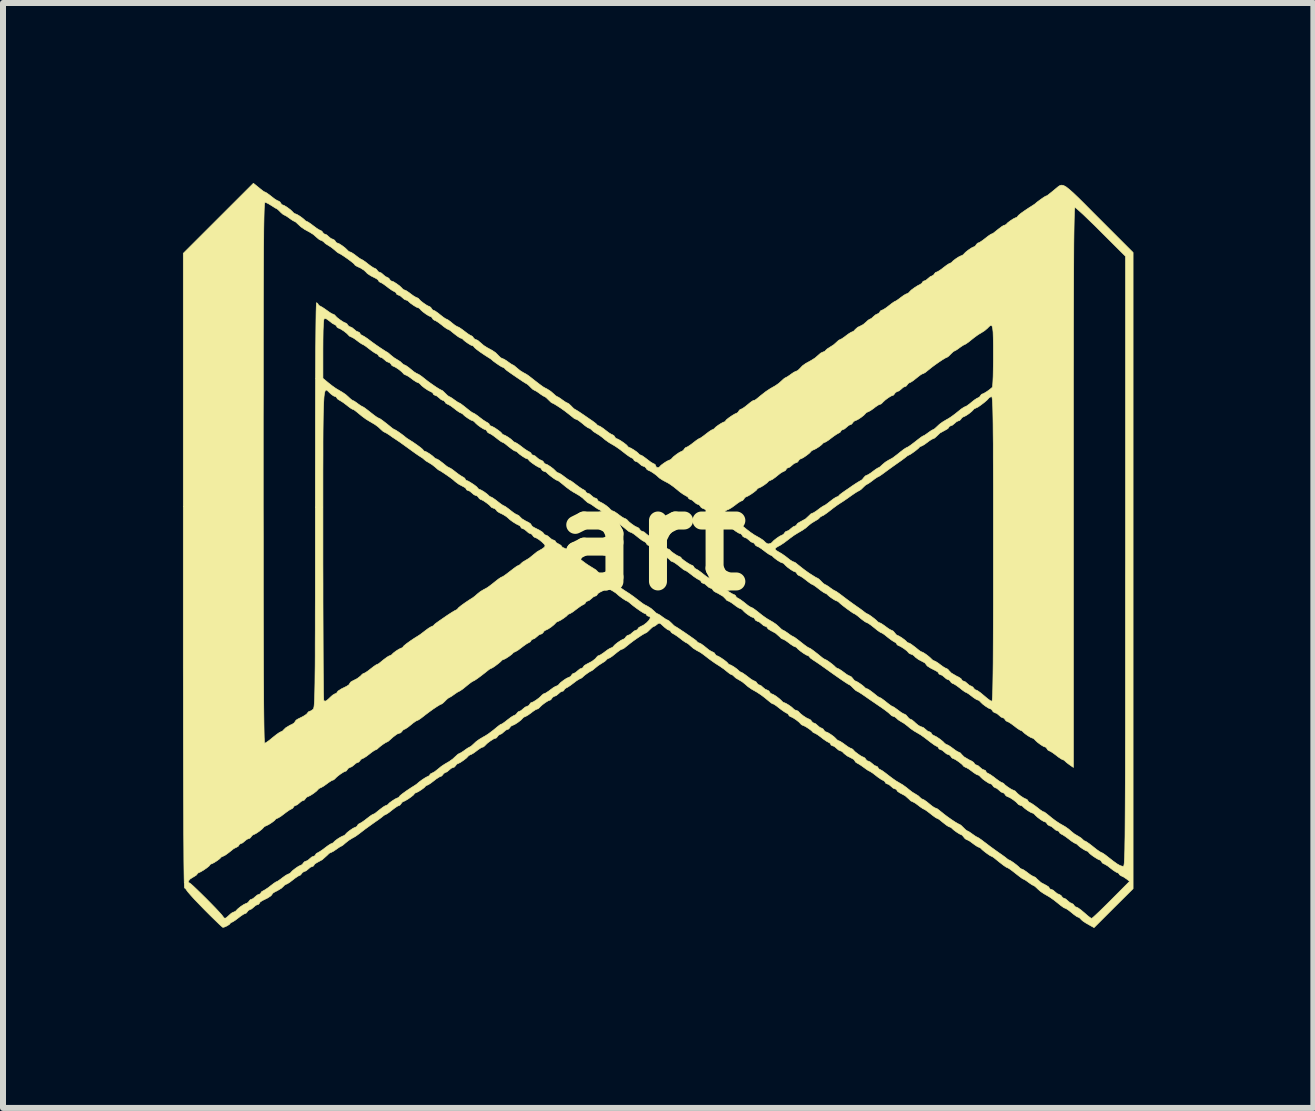
<source format=kicad_pcb>
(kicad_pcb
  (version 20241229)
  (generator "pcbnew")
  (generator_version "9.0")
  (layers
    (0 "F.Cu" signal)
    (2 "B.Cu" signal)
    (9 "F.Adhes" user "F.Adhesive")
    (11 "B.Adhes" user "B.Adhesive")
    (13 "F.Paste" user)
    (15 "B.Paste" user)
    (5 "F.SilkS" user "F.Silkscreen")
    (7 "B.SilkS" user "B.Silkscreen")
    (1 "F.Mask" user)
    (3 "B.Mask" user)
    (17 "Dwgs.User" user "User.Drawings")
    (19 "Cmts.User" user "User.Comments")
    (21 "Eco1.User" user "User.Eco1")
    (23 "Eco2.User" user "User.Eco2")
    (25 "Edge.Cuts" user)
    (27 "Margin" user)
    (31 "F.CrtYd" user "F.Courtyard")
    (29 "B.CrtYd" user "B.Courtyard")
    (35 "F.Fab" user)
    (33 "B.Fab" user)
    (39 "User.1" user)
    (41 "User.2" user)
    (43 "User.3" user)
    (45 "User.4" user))
  (footprint "art"
    (layer "F.Cu")
    (at 7.773 5.953)
    (property "Reference" "art" (at 0 0 0) (layer "F.SilkS") (effects (font (size 1.524 1.524) (thickness 0.3))))
    (attr through_hole)
    (fp_poly (pts (xy 5.691 -3.53) (xy 5.701 -3.502) (xy 5.708 -3.445) (xy 5.712 -3.355) (xy 5.714 -3.229) (xy 5.715 -3.065) (xy 5.715 -3.064) (xy 5.714 -2.926) (xy 5.712 -2.803) (xy 5.709 -2.699) (xy 5.705 -2.623) (xy 5.701 -2.579) (xy 5.699 -2.572) (xy 5.669 -2.543) (xy 5.622 -2.508) (xy 5.572 -2.476) (xy 5.535 -2.457) (xy 5.528 -2.455) (xy 5.504 -2.438) (xy 5.496 -2.424) (xy 5.468 -2.395) (xy 5.453 -2.392) (xy 5.421 -2.383) (xy 5.415 -2.376) (xy 5.395 -2.354) (xy 5.354 -2.32) (xy 5.305 -2.284) (xy 5.262 -2.255) (xy 5.239 -2.244) (xy 5.213 -2.232) (xy 5.201 -2.223) (xy 5.122 -2.16) (xy 5.07 -2.12) (xy 5.037 -2.1) (xy 5.021 -2.095) (xy 4.994 -2.083) (xy 4.992 -2.08) (xy 4.972 -2.059) (xy 4.931 -2.027) (xy 4.885 -1.994) (xy 4.849 -1.972) (xy 4.839 -1.968) (xy 4.818 -1.956) (xy 4.78 -1.924) (xy 4.776 -1.92) (xy 4.718 -1.875) (xy 4.664 -1.841) (xy 4.616 -1.811) (xy 4.587 -1.783) (xy 4.558 -1.759) (xy 4.547 -1.757) (xy 4.517 -1.743) (xy 4.479 -1.709) (xy 4.426 -1.664) (xy 4.371 -1.63) (xy 4.326 -1.606) (xy 4.29 -1.585) (xy 4.252 -1.556) (xy 4.195 -1.51) (xy 4.191 -1.507) (xy 4.129 -1.459) (xy 4.067 -1.418) (xy 4.053 -1.41) (xy 3.972 -1.363) (xy 3.916 -1.324) (xy 3.87 -1.283) (xy 3.862 -1.275) (xy 3.823 -1.242) (xy 3.793 -1.228) (xy 3.793 -1.228) (xy 3.762 -1.212) (xy 3.753 -1.201) (xy 3.723 -1.174) (xy 3.674 -1.144) (xy 3.672 -1.143) (xy 3.612 -1.107) (xy 3.565 -1.069) (xy 3.517 -1.027) (xy 3.458 -0.986) (xy 3.376 -0.939) (xy 3.318 -0.903) (xy 3.254 -0.855) (xy 3.239 -0.843) (xy 3.175 -0.791) (xy 3.137 -0.761) (xy 3.114 -0.746) (xy 3.099 -0.741) (xy 3.091 -0.741) (xy 3.064 -0.724) (xy 3.056 -0.709) (xy 3.031 -0.681) (xy 3.017 -0.677) (xy 2.985 -0.663) (xy 2.953 -0.635) (xy 2.914 -0.603) (xy 2.885 -0.593) (xy 2.853 -0.576) (xy 2.844 -0.561) (xy 2.824 -0.533) (xy 2.814 -0.529) (xy 2.787 -0.518) (xy 2.741 -0.491) (xy 2.689 -0.457) (xy 2.645 -0.425) (xy 2.625 -0.406) (xy 2.593 -0.379) (xy 2.538 -0.346) (xy 2.482 -0.318) (xy 2.445 -0.294) (xy 2.434 -0.276) (xy 2.417 -0.257) (xy 2.402 -0.254) (xy 2.366 -0.237) (xy 2.358 -0.224) (xy 2.331 -0.196) (xy 2.284 -0.172) (xy 2.241 -0.15) (xy 2.223 -0.128) (xy 2.223 -0.128) (xy 2.205 -0.108) (xy 2.19 -0.106) (xy 2.155 -0.089) (xy 2.145 -0.074) (xy 2.121 -0.046) (xy 2.107 -0.042) (xy 2.074 -0.028) (xy 2.043 0) (xy 2 0.037) (xy 1.97 0.035) (xy 1.955 0.011) (xy 1.934 -0.017) (xy 1.923 -0.021) (xy 1.894 -0.033) (xy 1.847 -0.061) (xy 1.799 -0.095) (xy 1.766 -0.124) (xy 1.76 -0.132) (xy 1.736 -0.148) (xy 1.732 -0.148) (xy 1.703 -0.16) (xy 1.657 -0.191) (xy 1.643 -0.201) (xy 1.596 -0.24) (xy 1.561 -0.267) (xy 1.556 -0.271) (xy 1.518 -0.293) (xy 1.498 -0.302) (xy 1.466 -0.324) (xy 1.46 -0.338) (xy 1.444 -0.359) (xy 1.434 -0.361) (xy 1.404 -0.373) (xy 1.361 -0.403) (xy 1.32 -0.439) (xy 1.294 -0.468) (xy 1.291 -0.475) (xy 1.309 -0.485) (xy 1.33 -0.487) (xy 1.367 -0.5) (xy 1.42 -0.534) (xy 1.455 -0.561) (xy 1.507 -0.602) (xy 1.548 -0.629) (xy 1.563 -0.635) (xy 1.593 -0.651) (xy 1.602 -0.661) (xy 1.632 -0.69) (xy 1.679 -0.719) (xy 1.74 -0.757) (xy 1.791 -0.798) (xy 1.833 -0.831) (xy 1.863 -0.847) (xy 1.864 -0.847) (xy 1.89 -0.863) (xy 1.897 -0.877) (xy 1.924 -0.904) (xy 1.959 -0.919) (xy 1.998 -0.936) (xy 2.011 -0.953) (xy 2.028 -0.972) (xy 2.041 -0.974) (xy 2.078 -0.989) (xy 2.1 -1.011) (xy 2.169 -1.073) (xy 2.26 -1.121) (xy 2.296 -1.145) (xy 2.307 -1.164) (xy 2.324 -1.183) (xy 2.336 -1.185) (xy 2.37 -1.2) (xy 2.402 -1.228) (xy 2.441 -1.26) (xy 2.47 -1.27) (xy 2.502 -1.287) (xy 2.511 -1.302) (xy 2.538 -1.33) (xy 2.554 -1.333) (xy 2.587 -1.351) (xy 2.596 -1.365) (xy 2.623 -1.393) (xy 2.638 -1.397) (xy 2.673 -1.412) (xy 2.704 -1.439) (xy 2.737 -1.471) (xy 2.757 -1.482) (xy 2.785 -1.493) (xy 2.831 -1.522) (xy 2.878 -1.555) (xy 2.911 -1.584) (xy 2.917 -1.593) (xy 2.942 -1.607) (xy 2.953 -1.609) (xy 2.99 -1.625) (xy 2.999 -1.635) (xy 3.032 -1.668) (xy 3.085 -1.709) (xy 3.143 -1.745) (xy 3.18 -1.763) (xy 3.212 -1.785) (xy 3.217 -1.799) (xy 3.234 -1.818) (xy 3.246 -1.82) (xy 3.28 -1.835) (xy 3.313 -1.863) (xy 3.35 -1.894) (xy 3.377 -1.905) (xy 3.407 -1.922) (xy 3.415 -1.937) (xy 3.438 -1.965) (xy 3.45 -1.968) (xy 3.484 -1.981) (xy 3.533 -2.011) (xy 3.584 -2.049) (xy 3.62 -2.083) (xy 3.626 -2.09) (xy 3.659 -2.114) (xy 3.672 -2.117) (xy 3.703 -2.126) (xy 3.708 -2.133) (xy 3.731 -2.157) (xy 3.775 -2.19) (xy 3.824 -2.222) (xy 3.863 -2.242) (xy 3.872 -2.244) (xy 3.901 -2.259) (xy 3.909 -2.27) (xy 3.938 -2.3) (xy 3.986 -2.338) (xy 4.036 -2.371) (xy 4.074 -2.39) (xy 4.082 -2.392) (xy 4.106 -2.409) (xy 4.114 -2.424) (xy 4.14 -2.452) (xy 4.155 -2.455) (xy 4.19 -2.47) (xy 4.223 -2.498) (xy 4.26 -2.529) (xy 4.287 -2.54) (xy 4.317 -2.557) (xy 4.326 -2.572) (xy 4.353 -2.6) (xy 4.368 -2.603) (xy 4.4 -2.613) (xy 4.406 -2.619) (xy 4.426 -2.641) (xy 4.468 -2.675) (xy 4.516 -2.712) (xy 4.559 -2.741) (xy 4.582 -2.752) (xy 4.592 -2.754) (xy 4.608 -2.763) (xy 4.637 -2.786) (xy 4.689 -2.828) (xy 4.72 -2.854) (xy 4.782 -2.901) (xy 4.844 -2.942) (xy 4.858 -2.95) (xy 4.939 -2.997) (xy 4.996 -3.036) (xy 5.042 -3.077) (xy 5.049 -3.085) (xy 5.087 -3.118) (xy 5.112 -3.133) (xy 5.112 -3.133) (xy 5.138 -3.144) (xy 5.183 -3.174) (xy 5.198 -3.186) (xy 5.245 -3.219) (xy 5.277 -3.237) (xy 5.283 -3.239) (xy 5.306 -3.253) (xy 5.342 -3.287) (xy 5.346 -3.291) (xy 5.382 -3.327) (xy 5.405 -3.344) (xy 5.407 -3.344) (xy 5.432 -3.355) (xy 5.479 -3.384) (xy 5.538 -3.422) (xy 5.596 -3.461) (xy 5.641 -3.494) (xy 5.662 -3.513) (xy 5.678 -3.533) (xy 5.691 -3.53)) (stroke (width 0.01) (type solid)) (fill yes) (layer "F.Mask"))
    (fp_poly (pts (xy -0.69 0.837) (xy -0.684 0.841) (xy -0.632 0.872) (xy -0.598 0.889) (xy -0.561 0.912) (xy -0.55 0.93) (xy -0.532 0.951) (xy -0.499 0.965) (xy -0.455 0.986) (xy -0.436 1.007) (xy -0.413 1.034) (xy -0.402 1.037) (xy -0.372 1.051) (xy -0.333 1.085) (xy -0.332 1.085) (xy -0.278 1.13) (xy -0.222 1.164) (xy -0.173 1.194) (xy -0.142 1.222) (xy -0.142 1.222) (xy -0.114 1.246) (xy -0.103 1.249) (xy -0.068 1.265) (xy -0.035 1.3) (xy -0.021 1.332) (xy -0.037 1.354) (xy -0.043 1.355) (xy -0.074 1.366) (xy -0.121 1.395) (xy -0.17 1.429) (xy -0.203 1.458) (xy -0.208 1.466) (xy -0.233 1.481) (xy -0.242 1.482) (xy -0.275 1.496) (xy -0.307 1.524) (xy -0.346 1.556) (xy -0.374 1.566) (xy -0.407 1.583) (xy -0.416 1.598) (xy -0.443 1.626) (xy -0.458 1.63) (xy -0.491 1.647) (xy -0.5 1.662) (xy -0.527 1.69) (xy -0.542 1.693) (xy -0.577 1.708) (xy -0.608 1.736) (xy -0.645 1.768) (xy -0.67 1.778) (xy -0.704 1.794) (xy -0.713 1.804) (xy -0.755 1.845) (xy -0.827 1.888) (xy -0.863 1.905) (xy -0.899 1.928) (xy -0.91 1.946) (xy -0.93 1.971) (xy -0.986 2.007) (xy -1.074 2.052) (xy -1.074 2.052) (xy -1.111 2.076) (xy -1.122 2.095) (xy -1.139 2.115) (xy -1.149 2.117) (xy -1.182 2.131) (xy -1.212 2.159) (xy -1.251 2.191) (xy -1.28 2.201) (xy -1.309 2.213) (xy -1.312 2.223) (xy -1.33 2.246) (xy -1.365 2.265) (xy -1.405 2.287) (xy -1.418 2.307) (xy -1.435 2.326) (xy -1.45 2.328) (xy -1.487 2.343) (xy -1.518 2.371) (xy -1.555 2.403) (xy -1.582 2.413) (xy -1.607 2.426) (xy -1.609 2.435) (xy -1.626 2.459) (xy -1.656 2.478) (xy -1.752 2.529) (xy -1.821 2.577) (xy -1.892 2.637) (xy -1.94 2.672) (xy -1.972 2.687) (xy -1.982 2.688) (xy -2.008 2.701) (xy -2.011 2.71) (xy -2.028 2.733) (xy -2.064 2.752) (xy -2.103 2.774) (xy -2.117 2.793) (xy -2.135 2.814) (xy -2.168 2.827) (xy -2.212 2.848) (xy -2.231 2.87) (xy -2.254 2.897) (xy -2.265 2.9) (xy -2.301 2.912) (xy -2.313 2.921) (xy -2.394 2.986) (xy -2.448 3.026) (xy -2.478 3.045) (xy -2.486 3.048) (xy -2.512 3.06) (xy -2.53 3.074) (xy -2.571 3.11) (xy -2.587 3.123) (xy -2.621 3.148) (xy -2.675 3.185) (xy -2.738 3.228) (xy -2.802 3.269) (xy -2.855 3.303) (xy -2.887 3.321) (xy -2.892 3.323) (xy -2.911 3.337) (xy -2.946 3.371) (xy -2.951 3.376) (xy -2.989 3.412) (xy -3.015 3.429) (xy -3.017 3.429) (xy -3.043 3.441) (xy -3.087 3.47) (xy -3.103 3.482) (xy -3.15 3.515) (xy -3.182 3.533) (xy -3.187 3.535) (xy -3.211 3.549) (xy -3.247 3.582) (xy -3.247 3.582) (xy -3.3 3.627) (xy -3.355 3.662) (xy -3.413 3.693) (xy -3.461 3.726) (xy -3.515 3.774) (xy -3.536 3.794) (xy -3.579 3.831) (xy -3.61 3.851) (xy -3.615 3.852) (xy -3.642 3.864) (xy -3.691 3.894) (xy -3.751 3.935) (xy -3.812 3.978) (xy -3.861 4.016) (xy -3.889 4.042) (xy -3.891 4.045) (xy -3.915 4.063) (xy -3.927 4.064) (xy -3.964 4.08) (xy -3.973 4.09) (xy -4.003 4.118) (xy -4.052 4.147) (xy -4.053 4.148) (xy -4.113 4.185) (xy -4.16 4.224) (xy -4.204 4.261) (xy -4.239 4.281) (xy -4.27 4.302) (xy -4.276 4.315) (xy -4.294 4.334) (xy -4.326 4.347) (xy -4.371 4.368) (xy -4.431 4.406) (xy -4.469 4.434) (xy -4.524 4.479) (xy -4.567 4.513) (xy -4.583 4.526) (xy -4.62 4.548) (xy -4.641 4.557) (xy -4.672 4.579) (xy -4.678 4.593) (xy -4.695 4.612) (xy -4.706 4.614) (xy -4.741 4.629) (xy -4.773 4.657) (xy -4.812 4.689) (xy -4.841 4.699) (xy -4.873 4.716) (xy -4.882 4.731) (xy -4.903 4.759) (xy -4.914 4.763) (xy -4.945 4.775) (xy -4.993 4.805) (xy -5.043 4.842) (xy -5.08 4.876) (xy -5.086 4.884) (xy -5.114 4.908) (xy -5.124 4.911) (xy -5.154 4.922) (xy -5.201 4.951) (xy -5.249 4.985) (xy -5.282 5.014) (xy -5.288 5.022) (xy -5.313 5.036) (xy -5.324 5.038) (xy -5.361 5.054) (xy -5.37 5.064) (xy -5.402 5.097) (xy -5.456 5.138) (xy -5.514 5.174) (xy -5.551 5.192) (xy -5.582 5.214) (xy -5.588 5.228) (xy -5.605 5.247) (xy -5.616 5.249) (xy -5.651 5.264) (xy -5.683 5.292) (xy -5.721 5.323) (xy -5.748 5.334) (xy -5.777 5.351) (xy -5.786 5.366) (xy -5.809 5.394) (xy -5.821 5.397) (xy -5.854 5.41) (xy -5.904 5.44) (xy -5.954 5.478) (xy -5.991 5.512) (xy -5.997 5.519) (xy -6.029 5.543) (xy -6.042 5.546) (xy -6.073 5.555) (xy -6.078 5.562) (xy -6.101 5.586) (xy -6.145 5.619) (xy -6.194 5.651) (xy -6.233 5.671) (xy -6.242 5.673) (xy -6.271 5.688) (xy -6.28 5.699) (xy -6.312 5.732) (xy -6.366 5.773) (xy -6.424 5.809) (xy -6.461 5.827) (xy -6.492 5.849) (xy -6.498 5.863) (xy -6.515 5.882) (xy -6.527 5.884) (xy -6.561 5.899) (xy -6.593 5.927) (xy -6.631 5.958) (xy -6.658 5.969) (xy -6.688 5.986) (xy -6.696 6.001) (xy -6.725 6.029) (xy -6.741 6.032) (xy -6.77 6.042) (xy -6.773 6.051) (xy -6.791 6.071) (xy -6.833 6.094) (xy -6.835 6.095) (xy -6.883 6.122) (xy -6.909 6.151) (xy -6.932 6.178) (xy -6.943 6.181) (xy -6.974 6.194) (xy -7.011 6.223) (xy -7.057 6.258) (xy -7.085 6.263) (xy -7.091 6.248) (xy -7.105 6.228) (xy -7.145 6.184) (xy -7.205 6.119) (xy -7.282 6.041) (xy -7.365 5.957) (xy -7.467 5.854) (xy -7.541 5.776) (xy -7.588 5.72) (xy -7.613 5.683) (xy -7.618 5.661) (xy -7.616 5.657) (xy -7.581 5.633) (xy -7.566 5.63) (xy -7.53 5.614) (xy -7.521 5.604) (xy -7.491 5.576) (xy -7.444 5.546) (xy -7.383 5.508) (xy -7.331 5.467) (xy -7.29 5.434) (xy -7.26 5.419) (xy -7.258 5.419) (xy -7.233 5.402) (xy -7.226 5.389) (xy -7.199 5.361) (xy -7.163 5.346) (xy -7.124 5.329) (xy -7.112 5.312) (xy -7.096 5.293) (xy -7.089 5.292) (xy -7.058 5.279) (xy -7.012 5.249) (xy -6.999 5.238) (xy -6.951 5.2) (xy -6.916 5.172) (xy -6.911 5.169) (xy -6.873 5.147) (xy -6.853 5.138) (xy -6.822 5.116) (xy -6.816 5.102) (xy -6.799 5.082) (xy -6.787 5.08) (xy -6.753 5.065) (xy -6.72 5.038) (xy -6.682 5.006) (xy -6.653 4.995) (xy -6.621 4.978) (xy -6.612 4.964) (xy -6.59 4.936) (xy -6.58 4.932) (xy -6.548 4.919) (xy -6.5 4.89) (xy -6.45 4.852) (xy -6.414 4.819) (xy -6.407 4.81) (xy -6.379 4.786) (xy -6.369 4.784) (xy -6.339 4.772) (xy -6.292 4.744) (xy -6.244 4.71) (xy -6.211 4.68) (xy -6.205 4.673) (xy -6.181 4.658) (xy -6.169 4.657) (xy -6.133 4.641) (xy -6.124 4.63) (xy -6.091 4.597) (xy -6.038 4.557) (xy -5.98 4.52) (xy -5.943 4.502) (xy -5.911 4.481) (xy -5.905 4.467) (xy -5.889 4.447) (xy -5.877 4.445) (xy -5.842 4.43) (xy -5.81 4.403) (xy -5.773 4.371) (xy -5.746 4.36) (xy -5.716 4.343) (xy -5.707 4.329) (xy -5.684 4.301) (xy -5.672 4.297) (xy -5.639 4.284) (xy -5.59 4.254) (xy -5.539 4.217) (xy -5.503 4.183) (xy -5.497 4.175) (xy -5.464 4.151) (xy -5.451 4.149) (xy -5.42 4.139) (xy -5.415 4.133) (xy -5.392 4.109) (xy -5.348 4.075) (xy -5.299 4.043) (xy -5.26 4.024) (xy -5.251 4.022) (xy -5.222 4.006) (xy -5.213 3.995) (xy -5.184 3.965) (xy -5.137 3.928) (xy -5.087 3.894) (xy -5.048 3.875) (xy -5.041 3.873) (xy -5.017 3.857) (xy -5.009 3.842) (xy -4.982 3.814) (xy -4.968 3.81) (xy -4.932 3.795) (xy -4.9 3.768) (xy -4.862 3.736) (xy -4.836 3.725) (xy -4.806 3.708) (xy -4.797 3.694) (xy -4.774 3.666) (xy -4.762 3.662) (xy -4.727 3.65) (xy -4.714 3.641) (xy -4.635 3.578) (xy -4.583 3.538) (xy -4.55 3.518) (xy -4.534 3.514) (xy -4.507 3.501) (xy -4.505 3.498) (xy -4.484 3.477) (xy -4.444 3.445) (xy -4.398 3.412) (xy -4.361 3.39) (xy -4.351 3.387) (xy -4.328 3.374) (xy -4.292 3.344) (xy -4.229 3.29) (xy -4.189 3.258) (xy -4.163 3.243) (xy -4.142 3.239) (xy -4.14 3.239) (xy -4.108 3.221) (xy -4.099 3.207) (xy -4.071 3.179) (xy -4.056 3.175) (xy -4.024 3.166) (xy -4.018 3.159) (xy -3.998 3.138) (xy -3.957 3.103) (xy -3.908 3.067) (xy -3.865 3.038) (xy -3.842 3.027) (xy -3.832 3.025) (xy -3.817 3.015) (xy -3.787 2.993) (xy -3.736 2.951) (xy -3.704 2.925) (xy -3.642 2.877) (xy -3.58 2.836) (xy -3.567 2.828) (xy -3.485 2.782) (xy -3.429 2.742) (xy -3.383 2.701) (xy -3.375 2.693) (xy -3.338 2.66) (xy -3.312 2.646) (xy -3.312 2.646) (xy -3.286 2.634) (xy -3.242 2.605) (xy -3.226 2.593) (xy -3.179 2.56) (xy -3.147 2.541) (xy -3.142 2.54) (xy -3.119 2.526) (xy -3.082 2.492) (xy -3.078 2.487) (xy -3.042 2.451) (xy -3.018 2.434) (xy -3.017 2.434) (xy -2.991 2.423) (xy -2.941 2.393) (xy -2.878 2.352) (xy -2.813 2.306) (xy -2.755 2.262) (xy -2.752 2.26) (xy -2.693 2.213) (xy -2.654 2.184) (xy -2.621 2.163) (xy -2.581 2.142) (xy -2.58 2.141) (xy -2.522 2.105) (xy -2.474 2.066) (xy -2.427 2.028) (xy -2.387 2.005) (xy -2.355 1.984) (xy -2.349 1.971) (xy -2.332 1.952) (xy -2.302 1.94) (xy -2.256 1.918) (xy -2.201 1.879) (xy -2.188 1.869) (xy -2.106 1.8) (xy -2.034 1.755) (xy -1.995 1.736) (xy -1.958 1.713) (xy -1.947 1.694) (xy -1.93 1.674) (xy -1.919 1.672) (xy -1.884 1.658) (xy -1.852 1.63) (xy -1.813 1.598) (xy -1.785 1.587) (xy -1.752 1.57) (xy -1.743 1.556) (xy -1.716 1.528) (xy -1.701 1.524) (xy -1.667 1.507) (xy -1.659 1.494) (xy -1.632 1.466) (xy -1.597 1.451) (xy -1.558 1.434) (xy -1.545 1.417) (xy -1.528 1.395) (xy -1.492 1.376) (xy -1.453 1.355) (xy -1.439 1.336) (xy -1.421 1.317) (xy -1.386 1.304) (xy -1.347 1.287) (xy -1.333 1.27) (xy -1.316 1.251) (xy -1.303 1.249) (xy -1.267 1.232) (xy -1.253 1.216) (xy -1.209 1.171) (xy -1.125 1.121) (xy -1.085 1.102) (xy -1.048 1.078) (xy -1.037 1.059) (xy -1.02 1.039) (xy -1.01 1.037) (xy -0.977 1.022) (xy -0.947 0.995) (xy -0.909 0.963) (xy -0.881 0.953) (xy -0.848 0.935) (xy -0.839 0.921) (xy -0.811 0.893) (xy -0.795 0.889) (xy -0.76 0.872) (xy -0.743 0.852) (xy -0.72 0.827) (xy -0.69 0.837)) (stroke (width 0.01) (type solid)) (fill yes) (layer "F.Mask"))
    (fp_poly (pts (xy -5.375 -3.649) (xy -5.343 -3.624) (xy -5.297 -3.589) (xy -5.265 -3.571) (xy -5.234 -3.549) (xy -5.228 -3.535) (xy -5.214 -3.514) (xy -5.209 -3.514) (xy -5.179 -3.503) (xy -5.132 -3.475) (xy -5.08 -3.441) (xy -5.037 -3.407) (xy -5.017 -3.385) (xy -5.016 -3.383) (xy -5 -3.366) (xy -4.994 -3.365) (xy -4.964 -3.354) (xy -4.916 -3.325) (xy -4.868 -3.291) (xy -4.835 -3.262) (xy -4.83 -3.254) (xy -4.805 -3.239) (xy -4.801 -3.239) (xy -4.772 -3.226) (xy -4.726 -3.196) (xy -4.713 -3.185) (xy -4.665 -3.147) (xy -4.63 -3.119) (xy -4.625 -3.115) (xy -4.587 -3.094) (xy -4.567 -3.085) (xy -4.536 -3.063) (xy -4.53 -3.049) (xy -4.513 -3.029) (xy -4.501 -3.027) (xy -4.467 -3.012) (xy -4.434 -2.985) (xy -4.396 -2.953) (xy -4.367 -2.942) (xy -4.335 -2.925) (xy -4.326 -2.91) (xy -4.304 -2.882) (xy -4.294 -2.879) (xy -4.262 -2.866) (xy -4.214 -2.836) (xy -4.164 -2.799) (xy -4.128 -2.766) (xy -4.121 -2.757) (xy -4.093 -2.733) (xy -4.083 -2.731) (xy -4.053 -2.719) (xy -4.006 -2.69) (xy -3.958 -2.656) (xy -3.925 -2.627) (xy -3.919 -2.619) (xy -3.895 -2.605) (xy -3.883 -2.603) (xy -3.847 -2.588) (xy -3.838 -2.577) (xy -3.805 -2.544) (xy -3.752 -2.504) (xy -3.694 -2.467) (xy -3.657 -2.449) (xy -3.625 -2.428) (xy -3.619 -2.414) (xy -3.603 -2.394) (xy -3.591 -2.392) (xy -3.556 -2.377) (xy -3.524 -2.349) (xy -3.487 -2.318) (xy -3.46 -2.307) (xy -3.43 -2.29) (xy -3.421 -2.275) (xy -3.398 -2.247) (xy -3.386 -2.244) (xy -3.353 -2.231) (xy -3.304 -2.201) (xy -3.253 -2.164) (xy -3.217 -2.129) (xy -3.211 -2.122) (xy -3.178 -2.098) (xy -3.165 -2.095) (xy -3.134 -2.086) (xy -3.129 -2.08) (xy -3.106 -2.055) (xy -3.062 -2.022) (xy -3.013 -1.99) (xy -2.974 -1.971) (xy -2.965 -1.968) (xy -2.936 -1.953) (xy -2.927 -1.942) (xy -2.898 -1.912) (xy -2.851 -1.875) (xy -2.801 -1.841) (xy -2.762 -1.822) (xy -2.755 -1.82) (xy -2.731 -1.803) (xy -2.723 -1.789) (xy -2.696 -1.76) (xy -2.682 -1.757) (xy -2.646 -1.742) (xy -2.614 -1.714) (xy -2.576 -1.683) (xy -2.55 -1.672) (xy -2.52 -1.655) (xy -2.511 -1.64) (xy -2.488 -1.612) (xy -2.476 -1.609) (xy -2.441 -1.596) (xy -2.428 -1.588) (xy -2.35 -1.525) (xy -2.297 -1.486) (xy -2.264 -1.466) (xy -2.246 -1.46) (xy -2.224 -1.446) (xy -2.223 -1.44) (xy -2.205 -1.42) (xy -2.17 -1.406) (xy -2.13 -1.389) (xy -2.117 -1.373) (xy -2.1 -1.349) (xy -2.083 -1.34) (xy -2.043 -1.317) (xy -2 -1.282) (xy -1.943 -1.238) (xy -1.891 -1.206) (xy -1.843 -1.176) (xy -1.814 -1.148) (xy -1.786 -1.124) (xy -1.776 -1.122) (xy -1.748 -1.109) (xy -1.706 -1.076) (xy -1.7 -1.071) (xy -1.645 -1.026) (xy -1.59 -0.992) (xy -1.539 -0.961) (xy -1.507 -0.937) (xy -1.468 -0.914) (xy -1.451 -0.91) (xy -1.419 -0.893) (xy -1.411 -0.88) (xy -1.39 -0.857) (xy -1.344 -0.82) (xy -1.286 -0.777) (xy -1.226 -0.737) (xy -1.177 -0.708) (xy -1.152 -0.699) (xy -1.132 -0.685) (xy -1.097 -0.65) (xy -1.092 -0.646) (xy -1.055 -0.61) (xy -1.03 -0.593) (xy -1.028 -0.593) (xy -1.003 -0.581) (xy -0.96 -0.552) (xy -0.944 -0.54) (xy -0.897 -0.507) (xy -0.863 -0.488) (xy -0.858 -0.487) (xy -0.833 -0.473) (xy -0.796 -0.438) (xy -0.792 -0.434) (xy -0.756 -0.398) (xy -0.734 -0.381) (xy -0.733 -0.381) (xy -0.711 -0.37) (xy -0.666 -0.342) (xy -0.605 -0.303) (xy -0.541 -0.26) (xy -0.483 -0.22) (xy -0.44 -0.19) (xy -0.429 -0.181) (xy -0.375 -0.135) (xy -0.343 -0.112) (xy -0.328 -0.106) (xy -0.303 -0.094) (xy -0.26 -0.064) (xy -0.211 -0.028) (xy -0.171 0.006) (xy -0.152 0.026) (xy -0.127 0.041) (xy -0.114 0.042) (xy -0.08 0.059) (xy -0.071 0.074) (xy -0.047 0.102) (xy -0.034 0.106) (xy 0.005 0.121) (xy 0.064 0.161) (xy 0.13 0.217) (xy 0.166 0.245) (xy 0.187 0.254) (xy 0.206 0.26) (xy 0.238 0.283) (xy 0.292 0.326) (xy 0.332 0.359) (xy 0.366 0.379) (xy 0.377 0.381) (xy 0.404 0.395) (xy 0.434 0.423) (xy 0.473 0.455) (xy 0.501 0.466) (xy 0.534 0.483) (xy 0.543 0.497) (xy 0.568 0.526) (xy 0.581 0.529) (xy 0.614 0.544) (xy 0.646 0.572) (xy 0.684 0.603) (xy 0.712 0.614) (xy 0.738 0.627) (xy 0.741 0.636) (xy 0.758 0.658) (xy 0.794 0.677) (xy 0.833 0.699) (xy 0.847 0.719) (xy 0.864 0.738) (xy 0.879 0.741) (xy 0.916 0.756) (xy 0.947 0.783) (xy 0.984 0.815) (xy 1.01 0.826) (xy 1.035 0.838) (xy 1.037 0.846) (xy 1.057 0.871) (xy 1.112 0.906) (xy 1.199 0.95) (xy 1.201 0.951) (xy 1.238 0.975) (xy 1.249 0.995) (xy 1.266 1.019) (xy 1.296 1.038) (xy 1.377 1.079) (xy 1.432 1.122) (xy 1.446 1.138) (xy 1.477 1.162) (xy 1.489 1.164) (xy 1.521 1.179) (xy 1.551 1.206) (xy 1.589 1.239) (xy 1.617 1.249) (xy 1.65 1.266) (xy 1.659 1.281) (xy 1.686 1.309) (xy 1.701 1.312) (xy 1.734 1.329) (xy 1.743 1.344) (xy 1.77 1.372) (xy 1.785 1.376) (xy 1.82 1.39) (xy 1.852 1.418) (xy 1.89 1.45) (xy 1.917 1.46) (xy 1.947 1.471) (xy 1.951 1.476) (xy 1.974 1.501) (xy 2.018 1.534) (xy 2.068 1.566) (xy 2.107 1.586) (xy 2.116 1.587) (xy 2.137 1.6) (xy 2.138 1.605) (xy 2.154 1.625) (xy 2.194 1.657) (xy 2.244 1.692) (xy 2.293 1.721) (xy 2.325 1.735) (xy 2.328 1.736) (xy 2.349 1.752) (xy 2.357 1.767) (xy 2.38 1.795) (xy 2.392 1.799) (xy 2.422 1.812) (xy 2.464 1.845) (xy 2.47 1.85) (xy 2.525 1.895) (xy 2.58 1.929) (xy 2.622 1.952) (xy 2.656 1.973) (xy 2.695 2.003) (xy 2.752 2.049) (xy 2.814 2.097) (xy 2.876 2.138) (xy 2.889 2.146) (xy 2.97 2.193) (xy 3.027 2.232) (xy 3.073 2.273) (xy 3.081 2.281) (xy 3.117 2.314) (xy 3.142 2.328) (xy 3.142 2.328) (xy 3.167 2.34) (xy 3.21 2.369) (xy 3.226 2.381) (xy 3.273 2.414) (xy 3.307 2.433) (xy 3.312 2.434) (xy 3.337 2.448) (xy 3.374 2.481) (xy 3.375 2.482) (xy 3.421 2.524) (xy 3.475 2.563) (xy 3.551 2.608) (xy 3.567 2.617) (xy 3.624 2.653) (xy 3.689 2.701) (xy 3.704 2.713) (xy 3.762 2.76) (xy 3.802 2.79) (xy 3.836 2.812) (xy 3.881 2.835) (xy 3.884 2.836) (xy 3.943 2.873) (xy 3.99 2.912) (xy 4.034 2.95) (xy 4.069 2.97) (xy 4.101 2.991) (xy 4.106 3.005) (xy 4.121 3.026) (xy 4.126 3.027) (xy 4.156 3.038) (xy 4.203 3.065) (xy 4.254 3.1) (xy 4.297 3.133) (xy 4.318 3.156) (xy 4.318 3.158) (xy 4.334 3.174) (xy 4.34 3.175) (xy 4.371 3.187) (xy 4.418 3.215) (xy 4.466 3.249) (xy 4.5 3.278) (xy 4.505 3.286) (xy 4.529 3.302) (xy 4.534 3.302) (xy 4.563 3.314) (xy 4.608 3.345) (xy 4.622 3.355) (xy 4.67 3.393) (xy 4.705 3.421) (xy 4.71 3.425) (xy 4.747 3.447) (xy 4.768 3.456) (xy 4.799 3.478) (xy 4.805 3.492) (xy 4.822 3.512) (xy 4.833 3.514) (xy 4.868 3.528) (xy 4.9 3.556) (xy 4.939 3.588) (xy 4.968 3.598) (xy 5 3.615) (xy 5.009 3.63) (xy 5.03 3.658) (xy 5.041 3.662) (xy 5.072 3.674) (xy 5.12 3.704) (xy 5.17 3.741) (xy 5.207 3.775) (xy 5.213 3.784) (xy 5.241 3.808) (xy 5.251 3.81) (xy 5.281 3.822) (xy 5.328 3.85) (xy 5.376 3.884) (xy 5.409 3.913) (xy 5.415 3.921) (xy 5.44 3.936) (xy 5.451 3.937) (xy 5.488 3.953) (xy 5.497 3.963) (xy 5.527 3.995) (xy 5.575 4.033) (xy 5.627 4.066) (xy 5.666 4.084) (xy 5.672 4.085) (xy 5.699 4.102) (xy 5.707 4.117) (xy 5.732 4.145) (xy 5.746 4.149) (xy 5.778 4.163) (xy 5.81 4.191) (xy 5.848 4.223) (xy 5.875 4.233) (xy 5.904 4.25) (xy 5.913 4.265) (xy 5.936 4.293) (xy 5.948 4.297) (xy 5.981 4.309) (xy 6.031 4.339) (xy 6.081 4.377) (xy 6.118 4.411) (xy 6.124 4.419) (xy 6.151 4.443) (xy 6.161 4.445) (xy 6.192 4.457) (xy 6.239 4.485) (xy 6.286 4.519) (xy 6.32 4.548) (xy 6.325 4.556) (xy 6.35 4.571) (xy 6.358 4.572) (xy 6.389 4.587) (xy 6.419 4.614) (xy 6.457 4.646) (xy 6.485 4.657) (xy 6.518 4.674) (xy 6.527 4.688) (xy 6.555 4.717) (xy 6.572 4.72) (xy 6.6 4.732) (xy 6.604 4.742) (xy 6.622 4.764) (xy 6.665 4.786) (xy 6.666 4.786) (xy 6.713 4.811) (xy 6.739 4.838) (xy 6.768 4.865) (xy 6.783 4.868) (xy 6.812 4.88) (xy 6.816 4.89) (xy 6.833 4.914) (xy 6.863 4.933) (xy 6.962 4.985) (xy 7.021 5.031) (xy 7.032 5.047) (xy 7.063 5.075) (xy 7.081 5.08) (xy 7.109 5.092) (xy 7.112 5.101) (xy 7.13 5.121) (xy 7.163 5.134) (xy 7.207 5.155) (xy 7.226 5.177) (xy 7.255 5.204) (xy 7.27 5.207) (xy 7.299 5.218) (xy 7.303 5.229) (xy 7.32 5.252) (xy 7.361 5.276) (xy 7.408 5.303) (xy 7.436 5.328) (xy 7.468 5.353) (xy 7.481 5.355) (xy 7.513 5.372) (xy 7.522 5.387) (xy 7.545 5.415) (xy 7.558 5.419) (xy 7.586 5.432) (xy 7.633 5.465) (xy 7.668 5.493) (xy 7.722 5.534) (xy 7.766 5.561) (xy 7.783 5.567) (xy 7.808 5.579) (xy 7.811 5.587) (xy 7.828 5.608) (xy 7.857 5.621) (xy 7.9 5.636) (xy 7.926 5.653) (xy 7.935 5.676) (xy 7.923 5.709) (xy 7.889 5.756) (xy 7.831 5.821) (xy 7.746 5.909) (xy 7.669 5.986) (xy 7.376 6.279) (xy 7.313 6.219) (xy 7.267 6.182) (xy 7.232 6.161) (xy 7.225 6.16) (xy 7.197 6.143) (xy 7.189 6.128) (xy 7.166 6.1) (xy 7.154 6.096) (xy 7.121 6.084) (xy 7.071 6.053) (xy 7.021 6.016) (xy 6.984 5.982) (xy 6.979 5.974) (xy 6.946 5.95) (xy 6.933 5.948) (xy 6.902 5.931) (xy 6.893 5.916) (xy 6.866 5.888) (xy 6.851 5.884) (xy 6.816 5.87) (xy 6.784 5.842) (xy 6.746 5.81) (xy 6.719 5.8) (xy 6.689 5.789) (xy 6.685 5.784) (xy 6.662 5.759) (xy 6.618 5.726) (xy 6.568 5.694) (xy 6.529 5.675) (xy 6.52 5.673) (xy 6.499 5.66) (xy 6.498 5.655) (xy 6.482 5.635) (xy 6.442 5.603) (xy 6.392 5.568) (xy 6.343 5.539) (xy 6.311 5.525) (xy 6.308 5.524) (xy 6.287 5.508) (xy 6.279 5.493) (xy 6.256 5.465) (xy 6.244 5.461) (xy 6.214 5.448) (xy 6.172 5.415) (xy 6.166 5.41) (xy 6.111 5.365) (xy 6.056 5.331) (xy 6.014 5.308) (xy 5.98 5.287) (xy 5.941 5.257) (xy 5.884 5.211) (xy 5.822 5.163) (xy 5.76 5.122) (xy 5.747 5.114) (xy 5.666 5.068) (xy 5.609 5.028) (xy 5.563 4.987) (xy 5.555 4.979) (xy 5.519 4.946) (xy 5.494 4.932) (xy 5.494 4.932) (xy 5.469 4.92) (xy 5.426 4.891) (xy 5.41 4.879) (xy 5.363 4.846) (xy 5.329 4.827) (xy 5.324 4.826) (xy 5.299 4.812) (xy 5.262 4.779) (xy 5.261 4.778) (xy 5.215 4.736) (xy 5.161 4.697) (xy 5.085 4.652) (xy 5.069 4.643) (xy 5.012 4.607) (xy 4.947 4.559) (xy 4.932 4.547) (xy 4.869 4.495) (xy 4.83 4.465) (xy 4.809 4.45) (xy 4.798 4.445) (xy 4.794 4.445) (xy 4.769 4.433) (xy 4.726 4.404) (xy 4.677 4.367) (xy 4.637 4.333) (xy 4.618 4.313) (xy 4.593 4.298) (xy 4.58 4.297) (xy 4.546 4.28) (xy 4.537 4.265) (xy 4.518 4.237) (xy 4.508 4.233) (xy 4.479 4.222) (xy 4.432 4.195) (xy 4.381 4.16) (xy 4.339 4.127) (xy 4.318 4.104) (xy 4.318 4.103) (xy 4.302 4.086) (xy 4.296 4.085) (xy 4.265 4.073) (xy 4.218 4.045) (xy 4.17 4.011) (xy 4.136 3.982) (xy 4.131 3.974) (xy 4.107 3.958) (xy 4.102 3.958) (xy 4.073 3.946) (xy 4.028 3.915) (xy 4.014 3.905) (xy 3.966 3.867) (xy 3.931 3.839) (xy 3.926 3.835) (xy 3.889 3.813) (xy 3.868 3.804) (xy 3.837 3.782) (xy 3.831 3.768) (xy 3.814 3.748) (xy 3.803 3.747) (xy 3.768 3.732) (xy 3.736 3.704) (xy 3.697 3.672) (xy 3.668 3.662) (xy 3.636 3.645) (xy 3.627 3.63) (xy 3.606 3.602) (xy 3.595 3.598) (xy 3.564 3.586) (xy 3.516 3.556) (xy 3.466 3.519) (xy 3.429 3.485) (xy 3.423 3.477) (xy 3.395 3.453) (xy 3.385 3.45) (xy 3.355 3.438) (xy 3.308 3.41) (xy 3.26 3.376) (xy 3.227 3.347) (xy 3.221 3.339) (xy 3.196 3.324) (xy 3.185 3.323) (xy 3.148 3.307) (xy 3.139 3.297) (xy 3.109 3.265) (xy 3.061 3.228) (xy 3.009 3.194) (xy 2.97 3.176) (xy 2.964 3.175) (xy 2.937 3.158) (xy 2.929 3.143) (xy 2.904 3.115) (xy 2.89 3.111) (xy 2.858 3.097) (xy 2.826 3.069) (xy 2.788 3.037) (xy 2.761 3.027) (xy 2.732 3.01) (xy 2.723 2.995) (xy 2.7 2.967) (xy 2.688 2.963) (xy 2.655 2.951) (xy 2.605 2.921) (xy 2.555 2.883) (xy 2.518 2.849) (xy 2.512 2.842) (xy 2.484 2.818) (xy 2.473 2.815) (xy 2.445 2.803) (xy 2.397 2.772) (xy 2.371 2.752) (xy 2.32 2.714) (xy 2.282 2.692) (xy 2.272 2.688) (xy 2.245 2.674) (xy 2.217 2.646) (xy 2.179 2.614) (xy 2.151 2.603) (xy 2.118 2.586) (xy 2.109 2.572) (xy 2.081 2.544) (xy 2.064 2.54) (xy 2.036 2.528) (xy 2.032 2.518) (xy 2.014 2.496) (xy 1.971 2.474) (xy 1.97 2.474) (xy 1.923 2.449) (xy 1.897 2.422) (xy 1.868 2.395) (xy 1.853 2.392) (xy 1.824 2.38) (xy 1.82 2.37) (xy 1.803 2.346) (xy 1.773 2.328) (xy 1.671 2.272) (xy 1.613 2.217) (xy 1.578 2.187) (xy 1.555 2.18) (xy 1.527 2.169) (xy 1.524 2.159) (xy 1.506 2.139) (xy 1.473 2.126) (xy 1.429 2.105) (xy 1.41 2.083) (xy 1.381 2.056) (xy 1.366 2.053) (xy 1.337 2.042) (xy 1.333 2.032) (xy 1.316 2.009) (xy 1.275 1.984) (xy 1.228 1.957) (xy 1.2 1.932) (xy 1.168 1.907) (xy 1.155 1.905) (xy 1.123 1.888) (xy 1.114 1.873) (xy 1.089 1.845) (xy 1.075 1.841) (xy 1.045 1.828) (xy 0.997 1.794) (xy 0.965 1.767) (xy 0.912 1.725) (xy 0.869 1.698) (xy 0.853 1.693) (xy 0.828 1.681) (xy 0.826 1.674) (xy 0.808 1.653) (xy 0.779 1.639) (xy 0.73 1.611) (xy 0.695 1.577) (xy 0.649 1.536) (xy 0.589 1.502) (xy 0.588 1.502) (xy 0.536 1.475) (xy 0.503 1.448) (xy 0.502 1.446) (xy 0.474 1.421) (xy 0.464 1.418) (xy 0.436 1.404) (xy 0.397 1.369) (xy 0.393 1.365) (xy 0.356 1.329) (xy 0.331 1.313) (xy 0.33 1.312) (xy 0.305 1.301) (xy 0.261 1.271) (xy 0.245 1.259) (xy 0.198 1.226) (xy 0.165 1.208) (xy 0.16 1.206) (xy 0.135 1.194) (xy 0.091 1.162) (xy 0.066 1.142) (xy 0.003 1.09) (xy -0.039 1.057) (xy -0.069 1.036) (xy -0.098 1.021) (xy -0.121 1.011) (xy -0.181 0.974) (xy -0.225 0.937) (xy -0.263 0.903) (xy -0.292 0.889) (xy -0.323 0.873) (xy -0.332 0.863) (xy -0.362 0.835) (xy -0.411 0.806) (xy -0.413 0.805) (xy -0.474 0.766) (xy -0.523 0.725) (xy -0.559 0.692) (xy -0.582 0.677) (xy -0.582 0.677) (xy -0.608 0.666) (xy -0.651 0.638) (xy -0.697 0.604) (xy -0.73 0.575) (xy -0.737 0.566) (xy -0.762 0.552) (xy -0.773 0.55) (xy -0.807 0.535) (xy -0.83 0.511) (xy -0.872 0.473) (xy -0.905 0.457) (xy -0.942 0.438) (xy -0.953 0.422) (xy -0.97 0.404) (xy -0.985 0.402) (xy -1.02 0.385) (xy -1.03 0.37) (xy -1.054 0.342) (xy -1.067 0.339) (xy -1.101 0.325) (xy -1.134 0.301) (xy -1.18 0.266) (xy -1.212 0.248) (xy -1.243 0.226) (xy -1.249 0.212) (xy -1.266 0.192) (xy -1.277 0.191) (xy -1.312 0.176) (xy -1.344 0.148) (xy -1.383 0.116) (xy -1.411 0.106) (xy -1.437 0.093) (xy -1.439 0.084) (xy -1.456 0.059) (xy -1.476 0.048) (xy -1.527 0.023) (xy -1.586 -0.016) (xy -1.636 -0.056) (xy -1.657 -0.079) (xy -1.691 -0.104) (xy -1.705 -0.106) (xy -1.732 -0.118) (xy -1.736 -0.128) (xy -1.754 -0.15) (xy -1.797 -0.172) (xy -1.799 -0.173) (xy -1.843 -0.193) (xy -1.863 -0.213) (xy -1.863 -0.214) (xy -1.88 -0.231) (xy -1.895 -0.233) (xy -1.93 -0.25) (xy -1.94 -0.266) (xy -1.969 -0.301) (xy -1.998 -0.319) (xy -2.076 -0.36) (xy -2.131 -0.402) (xy -2.144 -0.418) (xy -2.176 -0.442) (xy -2.189 -0.445) (xy -2.222 -0.459) (xy -2.254 -0.487) (xy -2.293 -0.519) (xy -2.321 -0.529) (xy -2.347 -0.542) (xy -2.349 -0.551) (xy -2.367 -0.576) (xy -2.387 -0.587) (xy -2.437 -0.612) (xy -2.496 -0.651) (xy -2.546 -0.691) (xy -2.568 -0.714) (xy -2.6 -0.739) (xy -2.613 -0.741) (xy -2.644 -0.751) (xy -2.649 -0.757) (xy -2.672 -0.781) (xy -2.716 -0.814) (xy -2.765 -0.846) (xy -2.804 -0.866) (xy -2.813 -0.868) (xy -2.842 -0.883) (xy -2.851 -0.894) (xy -2.88 -0.925) (xy -2.927 -0.962) (xy -2.977 -0.995) (xy -3.016 -1.015) (xy -3.024 -1.016) (xy -3.048 -1.033) (xy -3.056 -1.048) (xy -3.082 -1.076) (xy -3.097 -1.079) (xy -3.132 -1.094) (xy -3.164 -1.122) (xy -3.203 -1.154) (xy -3.231 -1.164) (xy -3.257 -1.177) (xy -3.26 -1.186) (xy -3.277 -1.211) (xy -3.297 -1.222) (xy -3.322 -1.232) (xy -3.345 -1.246) (xy -3.378 -1.271) (xy -3.431 -1.314) (xy -3.45 -1.33) (xy -3.512 -1.377) (xy -3.574 -1.418) (xy -3.588 -1.426) (xy -3.671 -1.474) (xy -3.73 -1.515) (xy -3.777 -1.556) (xy -3.829 -1.597) (xy -3.884 -1.63) (xy -3.933 -1.66) (xy -3.964 -1.687) (xy -3.965 -1.688) (xy -3.994 -1.712) (xy -4.004 -1.714) (xy -4.033 -1.729) (xy -4.073 -1.764) (xy -4.076 -1.767) (xy -4.113 -1.803) (xy -4.136 -1.82) (xy -4.138 -1.82) (xy -4.164 -1.832) (xy -4.213 -1.862) (xy -4.276 -1.903) (xy -4.342 -1.949) (xy -4.4 -1.992) (xy -4.403 -1.995) (xy -4.461 -2.042) (xy -4.501 -2.071) (xy -4.535 -2.092) (xy -4.576 -2.114) (xy -4.582 -2.117) (xy -4.643 -2.155) (xy -4.691 -2.196) (xy -4.727 -2.23) (xy -4.75 -2.244) (xy -4.75 -2.244) (xy -4.775 -2.255) (xy -4.819 -2.285) (xy -4.835 -2.297) (xy -4.882 -2.33) (xy -4.915 -2.348) (xy -4.921 -2.349) (xy -4.945 -2.364) (xy -4.982 -2.398) (xy -4.987 -2.402) (xy -5.023 -2.438) (xy -5.047 -2.455) (xy -5.048 -2.455) (xy -5.074 -2.467) (xy -5.117 -2.495) (xy -5.163 -2.529) (xy -5.196 -2.557) (xy -5.203 -2.566) (xy -5.228 -2.582) (xy -5.231 -2.582) (xy -5.258 -2.595) (xy -5.305 -2.626) (xy -5.335 -2.649) (xy -5.419 -2.716) (xy -5.419 -3.189) (xy -5.418 -3.325) (xy -5.416 -3.446) (xy -5.413 -3.546) (xy -5.409 -3.618) (xy -5.404 -3.657) (xy -5.401 -3.662) (xy -5.375 -3.649)) (stroke (width 0.01) (type solid)) (fill yes) (layer "F.Mask"))
    (fp_poly (pts (xy -6.533 -5.895) (xy -6.484 -5.855) (xy -6.446 -5.825) (xy -6.441 -5.821) (xy -6.41 -5.802) (xy -6.401 -5.8) (xy -6.378 -5.787) (xy -6.333 -5.755) (xy -6.296 -5.726) (xy -6.242 -5.684) (xy -6.198 -5.658) (xy -6.182 -5.652) (xy -6.154 -5.635) (xy -6.146 -5.62) (xy -6.125 -5.592) (xy -6.114 -5.588) (xy -6.083 -5.576) (xy -6.035 -5.546) (xy -5.985 -5.509) (xy -5.948 -5.475) (xy -5.941 -5.466) (xy -5.914 -5.442) (xy -5.904 -5.44) (xy -5.873 -5.428) (xy -5.826 -5.4) (xy -5.779 -5.366) (xy -5.745 -5.337) (xy -5.74 -5.329) (xy -5.715 -5.313) (xy -5.712 -5.313) (xy -5.685 -5.3) (xy -5.638 -5.268) (xy -5.6 -5.239) (xy -5.545 -5.198) (xy -5.502 -5.171) (xy -5.485 -5.165) (xy -5.456 -5.148) (xy -5.447 -5.133) (xy -5.423 -5.105) (xy -5.409 -5.101) (xy -5.376 -5.087) (xy -5.345 -5.059) (xy -5.306 -5.027) (xy -5.277 -5.016) (xy -5.245 -4.999) (xy -5.236 -4.985) (xy -5.215 -4.957) (xy -5.204 -4.953) (xy -5.172 -4.941) (xy -5.124 -4.911) (xy -5.075 -4.874) (xy -5.038 -4.84) (xy -5.031 -4.831) (xy -5.003 -4.807) (xy -4.992 -4.805) (xy -4.963 -4.793) (xy -4.916 -4.762) (xy -4.889 -4.741) (xy -4.84 -4.704) (xy -4.804 -4.681) (xy -4.795 -4.678) (xy -4.772 -4.665) (xy -4.727 -4.634) (xy -4.69 -4.604) (xy -4.635 -4.563) (xy -4.592 -4.536) (xy -4.574 -4.53) (xy -4.546 -4.513) (xy -4.537 -4.498) (xy -4.513 -4.47) (xy -4.499 -4.466) (xy -4.466 -4.452) (xy -4.434 -4.424) (xy -4.397 -4.392) (xy -4.37 -4.381) (xy -4.34 -4.364) (xy -4.332 -4.35) (xy -4.309 -4.322) (xy -4.297 -4.318) (xy -4.263 -4.306) (xy -4.214 -4.275) (xy -4.163 -4.238) (xy -4.127 -4.204) (xy -4.121 -4.196) (xy -4.093 -4.172) (xy -4.082 -4.17) (xy -4.053 -4.158) (xy -4.006 -4.127) (xy -3.979 -4.106) (xy -3.928 -4.069) (xy -3.888 -4.046) (xy -3.877 -4.043) (xy -3.846 -4.027) (xy -3.838 -4.016) (xy -3.809 -3.986) (xy -3.761 -3.949) (xy -3.711 -3.915) (xy -3.673 -3.896) (xy -3.665 -3.895) (xy -3.641 -3.878) (xy -3.633 -3.863) (xy -3.61 -3.835) (xy -3.597 -3.831) (xy -3.569 -3.818) (xy -3.522 -3.785) (xy -3.487 -3.757) (xy -3.435 -3.716) (xy -3.395 -3.689) (xy -3.38 -3.683) (xy -3.354 -3.67) (xy -3.309 -3.637) (xy -3.288 -3.619) (xy -3.24 -3.581) (xy -3.203 -3.559) (xy -3.194 -3.556) (xy -3.166 -3.543) (xy -3.119 -3.511) (xy -3.081 -3.482) (xy -3.027 -3.441) (xy -2.985 -3.414) (xy -2.969 -3.408) (xy -2.943 -3.391) (xy -2.935 -3.376) (xy -2.908 -3.348) (xy -2.894 -3.344) (xy -2.86 -3.33) (xy -2.819 -3.295) (xy -2.816 -3.293) (xy -2.761 -3.245) (xy -2.701 -3.207) (xy -2.618 -3.162) (xy -2.562 -3.124) (xy -2.52 -3.082) (xy -2.513 -3.074) (xy -2.477 -3.04) (xy -2.451 -3.027) (xy -2.42 -3.015) (xy -2.373 -2.985) (xy -2.358 -2.974) (xy -2.312 -2.941) (xy -2.281 -2.922) (xy -2.276 -2.921) (xy -2.253 -2.908) (xy -2.215 -2.876) (xy -2.208 -2.87) (xy -2.153 -2.825) (xy -2.098 -2.791) (xy -2.066 -2.774) (xy -2.04 -2.759) (xy -2.01 -2.738) (xy -1.966 -2.704) (xy -1.905 -2.656) (xy -1.839 -2.605) (xy -1.796 -2.573) (xy -1.766 -2.552) (xy -1.738 -2.536) (xy -1.704 -2.519) (xy -1.643 -2.48) (xy -1.596 -2.439) (xy -1.56 -2.406) (xy -1.536 -2.392) (xy -1.536 -2.392) (xy -1.511 -2.38) (xy -1.468 -2.351) (xy -1.452 -2.339) (xy -1.405 -2.306) (xy -1.371 -2.287) (xy -1.366 -2.286) (xy -1.341 -2.272) (xy -1.304 -2.238) (xy -1.3 -2.233) (xy -1.264 -2.197) (xy -1.242 -2.18) (xy -1.241 -2.18) (xy -1.22 -2.169) (xy -1.173 -2.14) (xy -1.111 -2.098) (xy -1.099 -2.09) (xy -1.008 -2.027) (xy -0.945 -1.984) (xy -0.906 -1.955) (xy -0.884 -1.937) (xy -0.874 -1.926) (xy -0.871 -1.921) (xy -0.847 -1.905) (xy -0.842 -1.905) (xy -0.814 -1.892) (xy -0.766 -1.86) (xy -0.729 -1.831) (xy -0.675 -1.79) (xy -0.632 -1.763) (xy -0.615 -1.757) (xy -0.588 -1.74) (xy -0.579 -1.725) (xy -0.559 -1.697) (xy -0.55 -1.693) (xy -0.521 -1.682) (xy -0.474 -1.655) (xy -0.423 -1.62) (xy -0.381 -1.587) (xy -0.36 -1.564) (xy -0.36 -1.563) (xy -0.344 -1.546) (xy -0.338 -1.545) (xy -0.307 -1.533) (xy -0.26 -1.505) (xy -0.211 -1.471) (xy -0.178 -1.442) (xy -0.173 -1.434) (xy -0.149 -1.418) (xy -0.145 -1.418) (xy -0.118 -1.406) (xy -0.071 -1.373) (xy -0.033 -1.344) (xy 0.021 -1.303) (xy 0.065 -1.276) (xy 0.082 -1.27) (xy 0.103 -1.253) (xy 0.106 -1.238) (xy 0.121 -1.213) (xy 0.152 -1.207) (xy 0.173 -1.222) (xy 0.196 -1.247) (xy 0.24 -1.28) (xy 0.289 -1.312) (xy 0.328 -1.331) (xy 0.337 -1.333) (xy 0.366 -1.349) (xy 0.375 -1.36) (xy 0.404 -1.39) (xy 0.451 -1.427) (xy 0.501 -1.461) (xy 0.54 -1.48) (xy 0.547 -1.482) (xy 0.571 -1.499) (xy 0.579 -1.513) (xy 0.603 -1.541) (xy 0.615 -1.545) (xy 0.643 -1.558) (xy 0.691 -1.59) (xy 0.729 -1.619) (xy 0.782 -1.66) (xy 0.822 -1.687) (xy 0.836 -1.693) (xy 0.861 -1.706) (xy 0.906 -1.738) (xy 0.943 -1.767) (xy 0.997 -1.808) (xy 1.039 -1.835) (xy 1.055 -1.841) (xy 1.081 -1.855) (xy 1.083 -1.857) (xy 1.106 -1.882) (xy 1.15 -1.915) (xy 1.2 -1.947) (xy 1.239 -1.967) (xy 1.248 -1.968) (xy 1.269 -1.981) (xy 1.27 -1.986) (xy 1.286 -2.006) (xy 1.326 -2.038) (xy 1.377 -2.073) (xy 1.425 -2.102) (xy 1.457 -2.116) (xy 1.46 -2.117) (xy 1.482 -2.133) (xy 1.489 -2.148) (xy 1.513 -2.176) (xy 1.525 -2.18) (xy 1.554 -2.193) (xy 1.601 -2.226) (xy 1.636 -2.254) (xy 1.687 -2.296) (xy 1.727 -2.323) (xy 1.74 -2.328) (xy 1.752 -2.33) (xy 1.769 -2.338) (xy 1.797 -2.359) (xy 1.845 -2.399) (xy 1.884 -2.43) (xy 1.946 -2.478) (xy 2.008 -2.519) (xy 2.021 -2.527) (xy 2.103 -2.574) (xy 2.159 -2.613) (xy 2.205 -2.654) (xy 2.213 -2.662) (xy 2.25 -2.695) (xy 2.274 -2.709) (xy 2.274 -2.709) (xy 2.299 -2.721) (xy 2.342 -2.75) (xy 2.358 -2.762) (xy 2.407 -2.796) (xy 2.444 -2.814) (xy 2.451 -2.815) (xy 2.479 -2.83) (xy 2.513 -2.863) (xy 2.554 -2.906) (xy 2.607 -2.944) (xy 2.685 -2.987) (xy 2.701 -2.996) (xy 2.764 -3.036) (xy 2.816 -3.081) (xy 2.857 -3.117) (xy 2.89 -3.133) (xy 2.892 -3.133) (xy 2.927 -3.148) (xy 2.936 -3.159) (xy 2.966 -3.187) (xy 3.013 -3.217) (xy 3.074 -3.256) (xy 3.119 -3.296) (xy 3.156 -3.33) (xy 3.183 -3.344) (xy 3.183 -3.344) (xy 3.209 -3.356) (xy 3.254 -3.387) (xy 3.281 -3.408) (xy 3.332 -3.445) (xy 3.372 -3.468) (xy 3.383 -3.471) (xy 3.412 -3.487) (xy 3.433 -3.511) (xy 3.475 -3.548) (xy 3.514 -3.566) (xy 3.567 -3.594) (xy 3.613 -3.633) (xy 3.651 -3.668) (xy 3.678 -3.683) (xy 3.679 -3.683) (xy 3.706 -3.697) (xy 3.736 -3.725) (xy 3.774 -3.757) (xy 3.8 -3.768) (xy 3.83 -3.785) (xy 3.839 -3.799) (xy 3.863 -3.828) (xy 3.876 -3.831) (xy 3.905 -3.844) (xy 3.954 -3.876) (xy 3.991 -3.905) (xy 4.044 -3.946) (xy 4.083 -3.973) (xy 4.096 -3.979) (xy 4.12 -3.991) (xy 4.164 -4.022) (xy 4.191 -4.043) (xy 4.242 -4.08) (xy 4.282 -4.103) (xy 4.294 -4.106) (xy 4.324 -4.122) (xy 4.333 -4.133) (xy 4.365 -4.166) (xy 4.419 -4.206) (xy 4.477 -4.243) (xy 4.514 -4.261) (xy 4.545 -4.282) (xy 4.551 -4.296) (xy 4.568 -4.316) (xy 4.579 -4.318) (xy 4.614 -4.333) (xy 4.646 -4.36) (xy 4.684 -4.392) (xy 4.711 -4.403) (xy 4.74 -4.42) (xy 4.749 -4.434) (xy 4.773 -4.463) (xy 4.786 -4.466) (xy 4.815 -4.479) (xy 4.864 -4.511) (xy 4.901 -4.54) (xy 4.955 -4.581) (xy 4.997 -4.608) (xy 5.013 -4.614) (xy 5.04 -4.627) (xy 5.041 -4.63) (xy 5.064 -4.654) (xy 5.108 -4.688) (xy 5.157 -4.72) (xy 5.196 -4.739) (xy 5.205 -4.741) (xy 5.234 -4.757) (xy 5.243 -4.768) (xy 5.272 -4.798) (xy 5.319 -4.835) (xy 5.369 -4.869) (xy 5.408 -4.888) (xy 5.416 -4.889) (xy 5.439 -4.906) (xy 5.447 -4.921) (xy 5.471 -4.949) (xy 5.483 -4.953) (xy 5.512 -4.966) (xy 5.56 -4.998) (xy 5.597 -5.027) (xy 5.65 -5.068) (xy 5.689 -5.095) (xy 5.702 -5.101) (xy 5.73 -5.113) (xy 5.742 -5.122) (xy 5.821 -5.185) (xy 5.874 -5.225) (xy 5.906 -5.245) (xy 5.923 -5.249) (xy 5.95 -5.262) (xy 5.951 -5.265) (xy 5.975 -5.29) (xy 6.019 -5.323) (xy 6.068 -5.355) (xy 6.107 -5.374) (xy 6.116 -5.376) (xy 6.138 -5.389) (xy 6.138 -5.394) (xy 6.155 -5.414) (xy 6.199 -5.45) (xy 6.263 -5.495) (xy 6.338 -5.545) (xy 6.389 -5.577) (xy 6.424 -5.6) (xy 6.435 -5.609) (xy 6.464 -5.634) (xy 6.51 -5.668) (xy 6.559 -5.703) (xy 6.598 -5.728) (xy 6.614 -5.736) (xy 6.624 -5.738) (xy 6.639 -5.747) (xy 6.668 -5.77) (xy 6.719 -5.811) (xy 6.752 -5.838) (xy 6.789 -5.869) (xy 6.819 -5.894) (xy 6.847 -5.911) (xy 6.875 -5.917) (xy 6.908 -5.91) (xy 6.948 -5.888) (xy 6.998 -5.849) (xy 7.064 -5.791) (xy 7.147 -5.712) (xy 7.251 -5.609) (xy 7.379 -5.48) (xy 7.489 -5.37) (xy 8.065 -4.794) (xy 8.065 5.811) (xy 7.739 6.135) (xy 7.414 6.46) (xy 7.353 6.426) (xy 7.274 6.381) (xy 7.225 6.348) (xy 7.197 6.323) (xy 7.19 6.313) (xy 7.162 6.289) (xy 7.151 6.287) (xy 7.124 6.274) (xy 7.078 6.241) (xy 7.043 6.212) (xy 6.991 6.171) (xy 6.95 6.144) (xy 6.935 6.138) (xy 6.908 6.126) (xy 6.862 6.093) (xy 6.817 6.057) (xy 6.752 6.005) (xy 6.689 5.96) (xy 6.657 5.94) (xy 6.576 5.893) (xy 6.52 5.855) (xy 6.475 5.815) (xy 6.465 5.805) (xy 6.429 5.772) (xy 6.405 5.757) (xy 6.404 5.757) (xy 6.38 5.746) (xy 6.336 5.716) (xy 6.32 5.704) (xy 6.274 5.671) (xy 6.242 5.653) (xy 6.237 5.652) (xy 6.214 5.639) (xy 6.169 5.606) (xy 6.11 5.56) (xy 6.105 5.556) (xy 6.045 5.509) (xy 5.997 5.475) (xy 5.971 5.461) (xy 5.97 5.461) (xy 5.948 5.451) (xy 5.903 5.42) (xy 5.832 5.365) (xy 5.742 5.292) (xy 5.712 5.273) (xy 5.704 5.271) (xy 5.679 5.258) (xy 5.636 5.229) (xy 5.587 5.192) (xy 5.547 5.159) (xy 5.528 5.138) (xy 5.504 5.123) (xy 5.499 5.122) (xy 5.471 5.11) (xy 5.424 5.079) (xy 5.397 5.059) (xy 5.346 5.021) (xy 5.306 4.999) (xy 5.294 4.995) (xy 5.266 4.979) (xy 5.244 4.953) (xy 5.217 4.92) (xy 5.201 4.911) (xy 5.173 4.899) (xy 5.128 4.871) (xy 5.081 4.837) (xy 5.048 4.808) (xy 5.041 4.8) (xy 5.017 4.784) (xy 5.013 4.784) (xy 4.992 4.777) (xy 4.957 4.755) (xy 4.901 4.712) (xy 4.832 4.656) (xy 4.801 4.638) (xy 4.792 4.636) (xy 4.769 4.623) (xy 4.725 4.591) (xy 4.687 4.561) (xy 4.635 4.521) (xy 4.596 4.494) (xy 4.582 4.487) (xy 4.558 4.475) (xy 4.514 4.445) (xy 4.487 4.424) (xy 4.436 4.386) (xy 4.396 4.364) (xy 4.385 4.36) (xy 4.356 4.345) (xy 4.335 4.323) (xy 4.265 4.261) (xy 4.175 4.213) (xy 4.139 4.189) (xy 4.128 4.17) (xy 4.111 4.151) (xy 4.099 4.149) (xy 4.064 4.134) (xy 4.032 4.106) (xy 3.994 4.074) (xy 3.965 4.064) (xy 3.939 4.051) (xy 3.937 4.042) (xy 3.92 4.018) (xy 3.9 4.007) (xy 3.863 3.987) (xy 3.808 3.949) (xy 3.775 3.923) (xy 3.723 3.883) (xy 3.684 3.858) (xy 3.672 3.852) (xy 3.648 3.84) (xy 3.604 3.81) (xy 3.58 3.792) (xy 3.525 3.753) (xy 3.478 3.724) (xy 3.466 3.719) (xy 3.435 3.697) (xy 3.429 3.683) (xy 3.412 3.659) (xy 3.381 3.64) (xy 3.301 3.599) (xy 3.245 3.556) (xy 3.232 3.54) (xy 3.2 3.516) (xy 3.188 3.514) (xy 3.154 3.499) (xy 3.122 3.471) (xy 3.084 3.439) (xy 3.055 3.429) (xy 3.029 3.416) (xy 3.027 3.407) (xy 3.01 3.383) (xy 2.99 3.372) (xy 2.953 3.352) (xy 2.898 3.314) (xy 2.865 3.288) (xy 2.811 3.248) (xy 2.77 3.223) (xy 2.755 3.217) (xy 2.729 3.204) (xy 2.727 3.201) (xy 2.704 3.177) (xy 2.66 3.144) (xy 2.611 3.112) (xy 2.572 3.092) (xy 2.563 3.09) (xy 2.534 3.075) (xy 2.525 3.064) (xy 2.495 3.033) (xy 2.447 2.995) (xy 2.396 2.962) (xy 2.357 2.943) (xy 2.35 2.942) (xy 2.329 2.926) (xy 2.328 2.92) (xy 2.311 2.896) (xy 2.291 2.885) (xy 2.254 2.864) (xy 2.2 2.826) (xy 2.167 2.801) (xy 2.116 2.761) (xy 2.078 2.736) (xy 2.066 2.731) (xy 2.056 2.729) (xy 2.04 2.72) (xy 2.011 2.698) (xy 1.961 2.657) (xy 1.926 2.628) (xy 1.864 2.581) (xy 1.802 2.54) (xy 1.789 2.532) (xy 1.705 2.484) (xy 1.646 2.443) (xy 1.599 2.402) (xy 1.548 2.361) (xy 1.492 2.328) (xy 1.443 2.299) (xy 1.412 2.271) (xy 1.412 2.27) (xy 1.384 2.246) (xy 1.374 2.244) (xy 1.345 2.23) (xy 1.304 2.198) (xy 1.299 2.194) (xy 1.246 2.151) (xy 1.18 2.105) (xy 1.161 2.093) (xy 1.091 2.048) (xy 1.015 1.994) (xy 0.988 1.974) (xy 0.924 1.924) (xy 0.882 1.893) (xy 0.853 1.873) (xy 0.824 1.857) (xy 0.794 1.841) (xy 0.733 1.803) (xy 0.686 1.762) (xy 0.649 1.729) (xy 0.624 1.714) (xy 0.624 1.714) (xy 0.6 1.702) (xy 0.555 1.671) (xy 0.521 1.644) (xy 0.464 1.601) (xy 0.415 1.569) (xy 0.397 1.56) (xy 0.366 1.539) (xy 0.36 1.525) (xy 0.343 1.505) (xy 0.332 1.503) (xy 0.301 1.489) (xy 0.256 1.454) (xy 0.236 1.436) (xy 0.193 1.397) (xy 0.166 1.384) (xy 0.142 1.394) (xy 0.13 1.405) (xy 0.094 1.432) (xy 0.075 1.439) (xy 0.05 1.453) (xy 0.013 1.488) (xy 0.009 1.492) (xy -0.028 1.528) (xy -0.051 1.545) (xy -0.052 1.545) (xy -0.079 1.557) (xy -0.128 1.586) (xy -0.191 1.628) (xy -0.257 1.674) (xy -0.314 1.717) (xy -0.318 1.72) (xy -0.369 1.761) (xy -0.409 1.793) (xy -0.417 1.8) (xy -0.451 1.818) (xy -0.461 1.82) (xy -0.486 1.833) (xy -0.531 1.866) (xy -0.566 1.894) (xy -0.618 1.936) (xy -0.659 1.963) (xy -0.674 1.968) (xy -0.704 1.984) (xy -0.713 1.995) (xy -0.743 2.023) (xy -0.79 2.052) (xy -0.851 2.091) (xy -0.902 2.132) (xy -0.941 2.165) (xy -0.964 2.18) (xy -0.965 2.18) (xy -0.99 2.192) (xy -1.032 2.22) (xy -1.077 2.253) (xy -1.11 2.282) (xy -1.118 2.291) (xy -1.143 2.307) (xy -1.146 2.307) (xy -1.174 2.32) (xy -1.221 2.351) (xy -1.256 2.378) (xy -1.313 2.421) (xy -1.362 2.453) (xy -1.381 2.462) (xy -1.412 2.483) (xy -1.418 2.497) (xy -1.435 2.517) (xy -1.447 2.519) (xy -1.481 2.533) (xy -1.513 2.561) (xy -1.552 2.593) (xy -1.581 2.603) (xy -1.613 2.621) (xy -1.622 2.635) (xy -1.643 2.663) (xy -1.654 2.667) (xy -1.686 2.679) (xy -1.734 2.709) (xy -1.783 2.746) (xy -1.82 2.78) (xy -1.827 2.789) (xy -1.855 2.813) (xy -1.866 2.815) (xy -1.895 2.827) (xy -1.942 2.858) (xy -1.968 2.879) (xy -2.02 2.916) (xy -2.06 2.939) (xy -2.071 2.942) (xy -2.101 2.958) (xy -2.11 2.969) (xy -2.14 3) (xy -2.189 3.038) (xy -2.24 3.071) (xy -2.279 3.089) (xy -2.286 3.09) (xy -2.312 3.107) (xy -2.321 3.122) (xy -2.345 3.15) (xy -2.359 3.154) (xy -2.392 3.168) (xy -2.424 3.196) (xy -2.461 3.228) (xy -2.488 3.239) (xy -2.518 3.256) (xy -2.526 3.27) (xy -2.549 3.298) (xy -2.561 3.302) (xy -2.595 3.314) (xy -2.644 3.345) (xy -2.695 3.382) (xy -2.731 3.416) (xy -2.737 3.424) (xy -2.765 3.448) (xy -2.776 3.45) (xy -2.805 3.462) (xy -2.852 3.493) (xy -2.879 3.514) (xy -2.93 3.551) (xy -2.97 3.574) (xy -2.981 3.577) (xy -3.012 3.593) (xy -3.02 3.604) (xy -3.049 3.634) (xy -3.097 3.671) (xy -3.147 3.705) (xy -3.185 3.724) (xy -3.193 3.725) (xy -3.217 3.742) (xy -3.225 3.757) (xy -3.251 3.785) (xy -3.266 3.789) (xy -3.301 3.803) (xy -3.334 3.831) (xy -3.371 3.863) (xy -3.398 3.873) (xy -3.428 3.891) (xy -3.437 3.905) (xy -3.461 3.933) (xy -3.474 3.937) (xy -3.503 3.95) (xy -3.552 3.982) (xy -3.589 4.011) (xy -3.643 4.052) (xy -3.685 4.079) (xy -3.701 4.085) (xy -3.727 4.098) (xy -3.729 4.101) (xy -3.752 4.126) (xy -3.796 4.159) (xy -3.846 4.191) (xy -3.885 4.21) (xy -3.894 4.212) (xy -3.915 4.225) (xy -3.916 4.23) (xy -3.932 4.25) (xy -3.972 4.282) (xy -4.022 4.317) (xy -4.071 4.346) (xy -4.103 4.36) (xy -4.106 4.36) (xy -4.127 4.377) (xy -4.135 4.392) (xy -4.159 4.42) (xy -4.171 4.424) (xy -4.199 4.436) (xy -4.247 4.469) (xy -4.285 4.498) (xy -4.337 4.539) (xy -4.377 4.566) (xy -4.39 4.572) (xy -4.417 4.585) (xy -4.434 4.598) (xy -4.466 4.624) (xy -4.52 4.664) (xy -4.571 4.699) (xy -4.648 4.754) (xy -4.729 4.812) (xy -4.768 4.842) (xy -4.833 4.892) (xy -4.875 4.923) (xy -4.903 4.942) (xy -4.929 4.957) (xy -4.955 4.971) (xy -5.011 5.006) (xy -5.066 5.05) (xy -5.105 5.084) (xy -5.132 5.101) (xy -5.133 5.101) (xy -5.157 5.113) (xy -5.2 5.142) (xy -5.216 5.154) (xy -5.265 5.187) (xy -5.302 5.206) (xy -5.308 5.207) (xy -5.337 5.222) (xy -5.37 5.255) (xy -5.452 5.328) (xy -5.54 5.376) (xy -5.577 5.399) (xy -5.588 5.418) (xy -5.605 5.438) (xy -5.616 5.44) (xy -5.651 5.454) (xy -5.683 5.482) (xy -5.722 5.514) (xy -5.751 5.524) (xy -5.783 5.542) (xy -5.792 5.556) (xy -5.815 5.584) (xy -5.826 5.588) (xy -5.854 5.601) (xy -5.901 5.633) (xy -5.939 5.662) (xy -5.992 5.703) (xy -6.035 5.73) (xy -6.051 5.736) (xy -6.081 5.752) (xy -6.09 5.763) (xy -6.132 5.803) (xy -6.203 5.846) (xy -6.239 5.863) (xy -6.275 5.886) (xy -6.287 5.904) (xy -6.306 5.929) (xy -6.362 5.966) (xy -6.451 6.01) (xy -6.451 6.01) (xy -6.487 6.034) (xy -6.498 6.053) (xy -6.515 6.073) (xy -6.527 6.075) (xy -6.561 6.089) (xy -6.593 6.117) (xy -6.631 6.149) (xy -6.658 6.16) (xy -6.688 6.177) (xy -6.696 6.191) (xy -6.72 6.219) (xy -6.733 6.223) (xy -6.763 6.236) (xy -6.811 6.268) (xy -6.849 6.297) (xy -6.903 6.338) (xy -6.946 6.365) (xy -6.962 6.371) (xy -6.984 6.384) (xy -6.985 6.389) (xy -7.002 6.408) (xy -7.041 6.432) (xy -7.084 6.451) (xy -7.108 6.456) (xy -7.127 6.441) (xy -7.171 6.401) (xy -7.234 6.34) (xy -7.313 6.263) (xy -7.402 6.174) (xy -7.411 6.165) (xy -7.501 6.072) (xy -7.582 5.988) (xy -7.646 5.917) (xy -7.691 5.865) (xy -7.711 5.837) (xy -7.712 5.837) (xy -7.733 5.805) (xy -7.746 5.8) (xy -7.749 5.781) (xy -7.751 5.727) (xy -7.752 5.707) (xy -7.685 5.707) (xy -7.664 5.715) (xy -7.644 5.729) (xy -7.6 5.768) (xy -7.538 5.827) (xy -7.465 5.898) (xy -7.386 5.976) (xy -7.307 6.056) (xy -7.234 6.131) (xy -7.173 6.196) (xy -7.129 6.245) (xy -7.109 6.271) (xy -7.086 6.301) (xy -7.058 6.301) (xy -7.017 6.266) (xy -7.006 6.255) (xy -6.965 6.219) (xy -6.932 6.202) (xy -6.929 6.202) (xy -6.895 6.186) (xy -6.886 6.175) (xy -6.855 6.144) (xy -6.807 6.106) (xy -6.756 6.073) (xy -6.717 6.055) (xy -6.71 6.054) (xy -6.683 6.037) (xy -6.675 6.022) (xy -6.65 5.994) (xy -6.637 5.99) (xy -6.604 5.976) (xy -6.572 5.948) (xy -6.534 5.916) (xy -6.505 5.905) (xy -6.479 5.893) (xy -6.477 5.884) (xy -6.46 5.859) (xy -6.44 5.849) (xy -6.403 5.828) (xy -6.348 5.791) (xy -6.315 5.765) (xy -6.263 5.725) (xy -6.224 5.699) (xy -6.212 5.694) (xy -6.188 5.682) (xy -6.144 5.651) (xy -6.117 5.63) (xy -6.066 5.593) (xy -6.026 5.57) (xy -6.015 5.567) (xy -5.984 5.551) (xy -5.975 5.54) (xy -5.946 5.51) (xy -5.899 5.473) (xy -5.849 5.439) (xy -5.81 5.42) (xy -5.803 5.419) (xy -5.779 5.402) (xy -5.771 5.387) (xy -5.744 5.359) (xy -5.73 5.355) (xy -5.694 5.341) (xy -5.662 5.313) (xy -5.624 5.281) (xy -5.595 5.271) (xy -5.569 5.258) (xy -5.567 5.249) (xy -5.55 5.224) (xy -5.53 5.214) (xy -5.493 5.193) (xy -5.438 5.156) (xy -5.405 5.13) (xy -5.351 5.09) (xy -5.31 5.064) (xy -5.295 5.059) (xy -5.269 5.046) (xy -5.267 5.043) (xy -5.244 5.019) (xy -5.2 4.985) (xy -5.151 4.954) (xy -5.112 4.934) (xy -5.103 4.932) (xy -5.074 4.916) (xy -5.065 4.905) (xy -5.035 4.874) (xy -4.987 4.837) (xy -4.936 4.803) (xy -4.897 4.785) (xy -4.89 4.784) (xy -4.869 4.768) (xy -4.868 4.762) (xy -4.851 4.737) (xy -4.831 4.726) (xy -4.794 4.706) (xy -4.74 4.668) (xy -4.707 4.642) (xy -4.656 4.603) (xy -4.618 4.577) (xy -4.606 4.572) (xy -4.578 4.56) (xy -4.566 4.551) (xy -4.487 4.488) (xy -4.435 4.449) (xy -4.402 4.429) (xy -4.386 4.424) (xy -4.359 4.411) (xy -4.357 4.408) (xy -4.334 4.383) (xy -4.289 4.35) (xy -4.24 4.318) (xy -4.201 4.299) (xy -4.192 4.297) (xy -4.171 4.284) (xy -4.17 4.279) (xy -4.153 4.259) (xy -4.109 4.224) (xy -4.045 4.178) (xy -3.97 4.128) (xy -3.919 4.096) (xy -3.884 4.073) (xy -3.873 4.064) (xy -3.837 4.033) (xy -3.787 3.996) (xy -3.735 3.962) (xy -3.696 3.941) (xy -3.684 3.937) (xy -3.663 3.923) (xy -3.662 3.917) (xy -3.644 3.895) (xy -3.622 3.885) (xy -3.579 3.862) (xy -3.53 3.824) (xy -3.525 3.82) (xy -3.469 3.774) (xy -3.412 3.736) (xy -3.412 3.736) (xy -3.332 3.689) (xy -3.276 3.649) (xy -3.231 3.607) (xy -3.227 3.604) (xy -3.19 3.57) (xy -3.164 3.556) (xy -3.164 3.556) (xy -3.138 3.544) (xy -3.094 3.515) (xy -3.078 3.503) (xy -3.031 3.47) (xy -2.999 3.452) (xy -2.994 3.45) (xy -2.97 3.436) (xy -2.933 3.403) (xy -2.933 3.403) (xy -2.887 3.36) (xy -2.833 3.321) (xy -2.757 3.276) (xy -2.741 3.268) (xy -2.683 3.231) (xy -2.619 3.183) (xy -2.603 3.171) (xy -2.54 3.119) (xy -2.502 3.089) (xy -2.481 3.074) (xy -2.469 3.069) (xy -2.465 3.069) (xy -2.443 3.057) (xy -2.399 3.025) (xy -2.361 2.995) (xy -2.307 2.954) (xy -2.263 2.927) (xy -2.246 2.921) (xy -2.218 2.904) (xy -2.209 2.889) (xy -2.184 2.861) (xy -2.171 2.857) (xy -2.138 2.843) (xy -2.106 2.815) (xy -2.067 2.783) (xy -2.039 2.773) (xy -2.006 2.756) (xy -1.997 2.741) (xy -1.976 2.713) (xy -1.965 2.709) (xy -1.934 2.697) (xy -1.886 2.667) (xy -1.836 2.63) (xy -1.799 2.596) (xy -1.793 2.588) (xy -1.764 2.564) (xy -1.754 2.561) (xy -1.725 2.549) (xy -1.678 2.518) (xy -1.651 2.498) (xy -1.6 2.46) (xy -1.56 2.437) (xy -1.548 2.434) (xy -1.518 2.419) (xy -1.509 2.408) (xy -1.479 2.376) (xy -1.431 2.339) (xy -1.38 2.305) (xy -1.34 2.287) (xy -1.334 2.286) (xy -1.307 2.269) (xy -1.299 2.254) (xy -1.274 2.226) (xy -1.26 2.223) (xy -1.228 2.208) (xy -1.196 2.18) (xy -1.157 2.148) (xy -1.129 2.138) (xy -1.103 2.125) (xy -1.101 2.116) (xy -1.084 2.092) (xy -1.053 2.073) (xy -0.954 2.021) (xy -0.895 1.975) (xy -0.884 1.959) (xy -0.857 1.931) (xy -0.843 1.926) (xy -0.815 1.914) (xy -0.767 1.883) (xy -0.741 1.863) (xy -0.689 1.825) (xy -0.65 1.802) (xy -0.638 1.799) (xy -0.608 1.784) (xy -0.599 1.773) (xy -0.57 1.742) (xy -0.523 1.705) (xy -0.473 1.672) (xy -0.434 1.652) (xy -0.426 1.651) (xy -0.403 1.634) (xy -0.395 1.619) (xy -0.368 1.591) (xy -0.353 1.587) (xy -0.318 1.573) (xy -0.286 1.545) (xy -0.247 1.513) (xy -0.219 1.503) (xy -0.193 1.49) (xy -0.191 1.481) (xy -0.173 1.456) (xy -0.153 1.446) (xy -0.094 1.416) (xy -0.043 1.377) (xy -0.004 1.336) (xy 0.016 1.3) (xy 0.011 1.276) (xy -0.011 1.27) (xy -0.039 1.259) (xy -0.042 1.249) (xy -0.059 1.228) (xy -0.065 1.228) (xy -0.093 1.216) (xy -0.143 1.185) (xy -0.205 1.142) (xy -0.268 1.095) (xy -0.321 1.051) (xy -0.323 1.049) (xy -0.356 1.023) (xy -0.371 1.016) (xy -0.396 1.004) (xy -0.438 0.977) (xy -0.485 0.943) (xy -0.522 0.913) (xy -0.532 0.903) (xy -0.562 0.878) (xy -0.619 0.842) (xy -0.675 0.812) (xy -0.715 0.811) (xy -0.738 0.822) (xy -0.786 0.851) (xy -0.82 0.867) (xy -0.857 0.891) (xy -0.868 0.91) (xy -0.885 0.929) (xy -0.896 0.931) (xy -0.931 0.946) (xy -0.963 0.974) (xy -1.002 1.006) (xy -1.03 1.016) (xy -1.056 1.029) (xy -1.058 1.038) (xy -1.076 1.062) (xy -1.095 1.073) (xy -1.133 1.093) (xy -1.187 1.131) (xy -1.221 1.157) (xy -1.274 1.197) (xy -1.315 1.222) (xy -1.33 1.228) (xy -1.357 1.241) (xy -1.358 1.244) (xy -1.381 1.268) (xy -1.425 1.301) (xy -1.474 1.333) (xy -1.513 1.353) (xy -1.522 1.355) (xy -1.551 1.37) (xy -1.56 1.381) (xy -1.589 1.411) (xy -1.636 1.449) (xy -1.686 1.482) (xy -1.725 1.501) (xy -1.733 1.503) (xy -1.756 1.52) (xy -1.764 1.535) (xy -1.791 1.563) (xy -1.806 1.566) (xy -1.841 1.581) (xy -1.873 1.609) (xy -1.912 1.641) (xy -1.94 1.651) (xy -1.966 1.664) (xy -1.968 1.673) (xy -1.986 1.697) (xy -2.006 1.708) (xy -2.043 1.728) (xy -2.097 1.766) (xy -2.131 1.792) (xy -2.184 1.832) (xy -2.226 1.857) (xy -2.24 1.863) (xy -2.267 1.876) (xy -2.268 1.879) (xy -2.291 1.903) (xy -2.335 1.936) (xy -2.384 1.968) (xy -2.422 1.988) (xy -2.432 1.99) (xy -2.458 2.003) (xy -2.459 2.006) (xy -2.479 2.027) (xy -2.52 2.061) (xy -2.569 2.098) (xy -2.612 2.127) (xy -2.635 2.138) (xy -2.66 2.15) (xy -2.673 2.159) (xy -2.738 2.211) (xy -2.805 2.263) (xy -2.866 2.308) (xy -2.912 2.339) (xy -2.933 2.349) (xy -2.957 2.362) (xy -3.002 2.395) (xy -3.05 2.434) (xy -3.105 2.479) (xy -3.148 2.509) (xy -3.166 2.519) (xy -3.191 2.531) (xy -3.235 2.56) (xy -3.251 2.572) (xy -3.298 2.605) (xy -3.33 2.623) (xy -3.335 2.625) (xy -3.358 2.639) (xy -3.395 2.673) (xy -3.399 2.678) (xy -3.435 2.713) (xy -3.458 2.73) (xy -3.459 2.731) (xy -3.486 2.742) (xy -3.537 2.773) (xy -3.603 2.817) (xy -3.672 2.867) (xy -3.737 2.916) (xy -3.749 2.926) (xy -3.805 2.969) (xy -3.848 2.998) (xy -3.867 3.006) (xy -3.893 3.018) (xy -3.939 3.051) (xy -3.974 3.08) (xy -4.026 3.121) (xy -4.068 3.148) (xy -4.084 3.154) (xy -4.111 3.171) (xy -4.12 3.186) (xy -4.146 3.214) (xy -4.161 3.217) (xy -4.206 3.234) (xy -4.272 3.284) (xy -4.321 3.328) (xy -4.355 3.357) (xy -4.372 3.365) (xy -4.397 3.377) (xy -4.44 3.405) (xy -4.485 3.439) (xy -4.519 3.467) (xy -4.526 3.477) (xy -4.55 3.492) (xy -4.554 3.493) (xy -4.581 3.505) (xy -4.628 3.537) (xy -4.666 3.567) (xy -4.72 3.608) (xy -4.764 3.635) (xy -4.781 3.641) (xy -4.81 3.658) (xy -4.818 3.672) (xy -4.843 3.701) (xy -4.857 3.704) (xy -4.889 3.719) (xy -4.921 3.747) (xy -4.96 3.778) (xy -4.989 3.789) (xy -5.021 3.806) (xy -5.03 3.821) (xy -5.051 3.849) (xy -5.062 3.852) (xy -5.093 3.865) (xy -5.141 3.895) (xy -5.191 3.932) (xy -5.228 3.965) (xy -5.235 3.974) (xy -5.263 3.998) (xy -5.274 4) (xy -5.302 4.013) (xy -5.35 4.044) (xy -5.376 4.064) (xy -5.428 4.101) (xy -5.468 4.124) (xy -5.479 4.128) (xy -5.509 4.143) (xy -5.518 4.154) (xy -5.548 4.185) (xy -5.597 4.223) (xy -5.648 4.256) (xy -5.687 4.275) (xy -5.694 4.276) (xy -5.72 4.293) (xy -5.729 4.307) (xy -5.753 4.336) (xy -5.767 4.339) (xy -5.8 4.354) (xy -5.831 4.381) (xy -5.87 4.413) (xy -5.898 4.424) (xy -5.924 4.437) (xy -5.927 4.446) (xy -5.944 4.47) (xy -5.964 4.481) (xy -6.001 4.501) (xy -6.055 4.539) (xy -6.089 4.565) (xy -6.142 4.605) (xy -6.184 4.63) (xy -6.198 4.636) (xy -6.225 4.649) (xy -6.227 4.651) (xy -6.249 4.676) (xy -6.293 4.709) (xy -6.343 4.741) (xy -6.381 4.76) (xy -6.39 4.763) (xy -6.419 4.778) (xy -6.428 4.789) (xy -6.457 4.819) (xy -6.504 4.856) (xy -6.555 4.89) (xy -6.593 4.909) (xy -6.601 4.911) (xy -6.625 4.928) (xy -6.633 4.942) (xy -6.659 4.971) (xy -6.674 4.974) (xy -6.709 4.989) (xy -6.742 5.016) (xy -6.78 5.048) (xy -6.808 5.059) (xy -6.834 5.072) (xy -6.837 5.081) (xy -6.854 5.106) (xy -6.874 5.117) (xy -6.917 5.138) (xy -6.932 5.147) (xy -6.961 5.171) (xy -7.008 5.208) (xy -7.02 5.217) (xy -7.067 5.251) (xy -7.102 5.269) (xy -7.108 5.271) (xy -7.135 5.283) (xy -7.137 5.286) (xy -7.16 5.311) (xy -7.204 5.344) (xy -7.254 5.376) (xy -7.293 5.396) (xy -7.302 5.397) (xy -7.323 5.41) (xy -7.324 5.415) (xy -7.34 5.435) (xy -7.38 5.467) (xy -7.431 5.502) (xy -7.48 5.531) (xy -7.513 5.545) (xy -7.516 5.546) (xy -7.535 5.562) (xy -7.535 5.566) (xy -7.553 5.587) (xy -7.596 5.614) (xy -7.609 5.621) (xy -7.654 5.65) (xy -7.681 5.682) (xy -7.685 5.707) (xy -7.752 5.707) (xy -7.754 5.635) (xy -7.756 5.506) (xy -7.758 5.339) (xy -7.759 5.134) (xy -7.761 4.89) (xy -7.762 4.608) (xy -7.764 4.287) (xy -7.765 3.926) (xy -7.766 3.525) (xy -7.767 3.084) (xy -7.767 2.602) (xy -7.768 2.079) (xy -7.768 1.515) (xy -7.768 0.909) (xy -7.768 0.51) (xy -7.768 -1.122) (xy -6.435 -1.122) (xy -6.435 -0.561) (xy -6.434 -0.043) (xy -6.434 0.436) (xy -6.434 0.875) (xy -6.433 1.275) (xy -6.432 1.637) (xy -6.431 1.962) (xy -6.43 2.252) (xy -6.428 2.506) (xy -6.427 2.726) (xy -6.425 2.913) (xy -6.423 3.067) (xy -6.421 3.19) (xy -6.419 3.283) (xy -6.416 3.345) (xy -6.414 3.379) (xy -6.412 3.387) (xy -6.385 3.374) (xy -6.337 3.34) (xy -6.278 3.292) (xy -6.277 3.291) (xy -6.218 3.244) (xy -6.17 3.21) (xy -6.143 3.196) (xy -6.142 3.196) (xy -6.111 3.181) (xy -6.102 3.17) (xy -6.06 3.129) (xy -5.989 3.086) (xy -5.953 3.07) (xy -5.917 3.046) (xy -5.905 3.027) (xy -5.888 3.002) (xy -5.858 2.983) (xy -5.77 2.939) (xy -5.714 2.903) (xy -5.694 2.878) (xy -5.694 2.878) (xy -5.677 2.859) (xy -5.669 2.857) (xy -5.635 2.844) (xy -5.606 2.822) (xy -5.6 2.817) (xy -5.596 2.808) (xy -5.592 2.793) (xy -5.588 2.772) (xy -5.585 2.741) (xy -5.582 2.699) (xy -5.579 2.644) (xy -5.577 2.574) (xy -5.575 2.487) (xy -5.573 2.381) (xy -5.572 2.254) (xy -5.57 2.104) (xy -5.569 1.93) (xy -5.569 1.729) (xy -5.568 1.499) (xy -5.568 1.238) (xy -5.567 0.945) (xy -5.567 0.618) (xy -5.567 0.253) (xy -5.567 -0.149) (xy -5.567 -0.585) (xy -5.567 -0.874) (xy -5.44 -0.874) (xy -5.44 -0.55) (xy -5.44 -0.188) (xy -5.44 0.081) (xy -5.44 0.408) (xy -5.439 0.723) (xy -5.439 1.024) (xy -5.438 1.308) (xy -5.437 1.572) (xy -5.436 1.815) (xy -5.435 2.032) (xy -5.434 2.222) (xy -5.432 2.383) (xy -5.431 2.511) (xy -5.429 2.603) (xy -5.427 2.659) (xy -5.426 2.674) (xy -5.405 2.686) (xy -5.379 2.676) (xy -5.338 2.64) (xy -5.323 2.625) (xy -5.279 2.585) (xy -5.242 2.563) (xy -5.235 2.561) (xy -5.209 2.549) (xy -5.207 2.541) (xy -5.188 2.516) (xy -5.132 2.48) (xy -5.045 2.437) (xy -5.043 2.436) (xy -5.006 2.411) (xy -4.995 2.392) (xy -4.978 2.367) (xy -4.948 2.349) (xy -4.868 2.308) (xy -4.812 2.265) (xy -4.798 2.249) (xy -4.77 2.225) (xy -4.76 2.223) (xy -4.732 2.21) (xy -4.685 2.178) (xy -4.647 2.148) (xy -4.595 2.108) (xy -4.556 2.081) (xy -4.542 2.074) (xy -4.515 2.063) (xy -4.502 2.053) (xy -4.424 1.99) (xy -4.371 1.951) (xy -4.338 1.931) (xy -4.322 1.926) (xy -4.295 1.913) (xy -4.293 1.91) (xy -4.27 1.886) (xy -4.226 1.852) (xy -4.176 1.82) (xy -4.137 1.801) (xy -4.128 1.799) (xy -4.107 1.786) (xy -4.106 1.782) (xy -4.09 1.762) (xy -4.047 1.727) (xy -3.986 1.683) (xy -3.918 1.637) (xy -3.855 1.598) (xy -3.817 1.573) (xy -3.763 1.532) (xy -3.732 1.508) (xy -3.679 1.469) (xy -3.637 1.444) (xy -3.624 1.439) (xy -3.597 1.427) (xy -3.595 1.423) (xy -3.588 1.414) (xy -3.574 1.4) (xy -3.545 1.378) (xy -3.496 1.343) (xy -3.422 1.292) (xy -3.367 1.254) (xy -3.301 1.211) (xy -3.248 1.179) (xy -3.218 1.164) (xy -3.216 1.164) (xy -3.197 1.15) (xy -3.196 1.147) (xy -3.179 1.127) (xy -3.135 1.091) (xy -3.071 1.045) (xy -2.995 0.994) (xy -2.945 0.963) (xy -2.904 0.932) (xy -2.868 0.9) (xy -2.817 0.859) (xy -2.762 0.826) (xy -2.724 0.806) (xy -2.695 0.789) (xy -2.662 0.765) (xy -2.615 0.729) (xy -2.564 0.688) (xy -2.511 0.647) (xy -2.47 0.62) (xy -2.454 0.614) (xy -2.43 0.601) (xy -2.383 0.568) (xy -2.323 0.522) (xy -2.319 0.519) (xy -2.258 0.472) (xy -2.21 0.437) (xy -2.182 0.423) (xy -2.182 0.423) (xy -2.153 0.408) (xy -2.144 0.397) (xy -2.114 0.369) (xy -2.066 0.34) (xy -2.064 0.339) (xy -2.004 0.303) (xy -1.957 0.265) (xy -1.869 0.194) (xy -1.783 0.145) (xy -1.747 0.117) (xy -1.736 0.094) (xy -1.752 0.067) (xy -1.791 0.029) (xy -1.839 -0.009) (xy -1.883 -0.036) (xy -1.904 -0.042) (xy -1.931 -0.059) (xy -1.94 -0.074) (xy -1.964 -0.102) (xy -1.978 -0.106) (xy -2.011 -0.12) (xy -2.043 -0.148) (xy -2.081 -0.18) (xy -2.109 -0.191) (xy -2.135 -0.203) (xy -2.138 -0.212) (xy -2.155 -0.237) (xy -2.175 -0.248) (xy -2.219 -0.27) (xy -2.275 -0.305) (xy -2.325 -0.342) (xy -2.352 -0.367) (xy -2.383 -0.393) (xy -2.434 -0.425) (xy -2.489 -0.452) (xy -2.501 -0.457) (xy -2.539 -0.484) (xy -2.548 -0.5) (xy -2.577 -0.526) (xy -2.591 -0.529) (xy -2.63 -0.545) (xy -2.639 -0.556) (xy -2.668 -0.586) (xy -2.716 -0.623) (xy -2.766 -0.657) (xy -2.804 -0.676) (xy -2.812 -0.677) (xy -2.836 -0.694) (xy -2.844 -0.709) (xy -2.87 -0.737) (xy -2.885 -0.741) (xy -2.92 -0.755) (xy -2.953 -0.783) (xy -2.991 -0.815) (xy -3.02 -0.826) (xy -3.046 -0.838) (xy -3.048 -0.847) (xy -3.065 -0.871) (xy -3.096 -0.889) (xy -3.175 -0.931) (xy -3.236 -0.976) (xy -3.249 -0.988) (xy -3.274 -1.01) (xy -3.321 -1.045) (xy -3.378 -1.085) (xy -3.436 -1.124) (xy -3.481 -1.153) (xy -3.504 -1.164) (xy -3.504 -1.164) (xy -3.523 -1.177) (xy -3.559 -1.208) (xy -3.564 -1.213) (xy -3.621 -1.258) (xy -3.676 -1.292) (xy -3.722 -1.319) (xy -3.749 -1.341) (xy -3.749 -1.341) (xy -3.776 -1.365) (xy -3.804 -1.383) (xy -3.846 -1.41) (xy -3.904 -1.45) (xy -3.933 -1.471) (xy -4.059 -1.562) (xy -4.152 -1.629) (xy -4.214 -1.671) (xy -4.232 -1.683) (xy -4.272 -1.709) (xy -4.324 -1.746) (xy -4.332 -1.752) (xy -4.379 -1.782) (xy -4.41 -1.798) (xy -4.414 -1.799) (xy -4.438 -1.813) (xy -4.475 -1.846) (xy -4.476 -1.847) (xy -4.521 -1.889) (xy -4.575 -1.928) (xy -4.651 -1.973) (xy -4.667 -1.982) (xy -4.725 -2.018) (xy -4.79 -2.066) (xy -4.805 -2.078) (xy -4.868 -2.13) (xy -4.906 -2.16) (xy -4.928 -2.175) (xy -4.94 -2.18) (xy -4.945 -2.18) (xy -4.968 -2.192) (xy -5.012 -2.224) (xy -5.046 -2.251) (xy -5.103 -2.294) (xy -5.152 -2.325) (xy -5.17 -2.335) (xy -5.201 -2.356) (xy -5.207 -2.37) (xy -5.224 -2.39) (xy -5.234 -2.392) (xy -5.266 -2.405) (xy -5.31 -2.438) (xy -5.317 -2.445) (xy -5.336 -2.463) (xy -5.352 -2.479) (xy -5.366 -2.492) (xy -5.379 -2.5) (xy -5.39 -2.501) (xy -5.4 -2.491) (xy -5.408 -2.471) (xy -5.416 -2.436) (xy -5.422 -2.386) (xy -5.426 -2.317) (xy -5.43 -2.229) (xy -5.434 -2.118) (xy -5.436 -1.984) (xy -5.438 -1.823) (xy -5.439 -1.633) (xy -5.439 -1.414) (xy -5.44 -1.161) (xy -5.44 -0.874) (xy -5.567 -0.874) (xy -5.567 -1.093) (xy -5.566 -1.559) (xy -5.566 -1.985) (xy -5.565 -2.369) (xy -5.564 -2.712) (xy -5.562 -3.014) (xy -5.561 -3.189) (xy -5.44 -3.189) (xy -5.44 -2.697) (xy -5.35 -2.622) (xy -5.285 -2.571) (xy -5.223 -2.527) (xy -5.196 -2.511) (xy -5.116 -2.464) (xy -5.06 -2.426) (xy -5.015 -2.386) (xy -5.005 -2.376) (xy -4.968 -2.343) (xy -4.944 -2.328) (xy -4.944 -2.328) (xy -4.919 -2.317) (xy -4.875 -2.287) (xy -4.86 -2.275) (xy -4.813 -2.242) (xy -4.781 -2.224) (xy -4.776 -2.223) (xy -4.754 -2.21) (xy -4.709 -2.177) (xy -4.65 -2.131) (xy -4.645 -2.127) (xy -4.585 -2.08) (xy -4.537 -2.046) (xy -4.51 -2.032) (xy -4.51 -2.032) (xy -4.487 -2.022) (xy -4.443 -1.991) (xy -4.372 -1.936) (xy -4.282 -1.863) (xy -4.252 -1.844) (xy -4.243 -1.841) (xy -4.222 -1.83) (xy -4.179 -1.802) (xy -4.13 -1.767) (xy -4.086 -1.734) (xy -4.064 -1.715) (xy -4.039 -1.696) (xy -4.019 -1.683) (xy -3.941 -1.634) (xy -3.869 -1.584) (xy -3.811 -1.541) (xy -3.775 -1.51) (xy -3.768 -1.499) (xy -3.751 -1.482) (xy -3.746 -1.482) (xy -3.715 -1.47) (xy -3.668 -1.442) (xy -3.619 -1.407) (xy -3.586 -1.378) (xy -3.581 -1.371) (xy -3.556 -1.355) (xy -3.552 -1.355) (xy -3.532 -1.348) (xy -3.497 -1.326) (xy -3.441 -1.283) (xy -3.372 -1.227) (xy -3.34 -1.209) (xy -3.332 -1.206) (xy -3.308 -1.194) (xy -3.264 -1.163) (xy -3.23 -1.136) (xy -3.173 -1.093) (xy -3.124 -1.061) (xy -3.106 -1.052) (xy -3.075 -1.031) (xy -3.069 -1.017) (xy -3.055 -0.996) (xy -3.05 -0.995) (xy -3.02 -0.984) (xy -2.973 -0.956) (xy -2.921 -0.922) (xy -2.878 -0.889) (xy -2.858 -0.866) (xy -2.857 -0.864) (xy -2.841 -0.847) (xy -2.835 -0.847) (xy -2.805 -0.835) (xy -2.757 -0.807) (xy -2.709 -0.772) (xy -2.676 -0.743) (xy -2.671 -0.736) (xy -2.646 -0.72) (xy -2.642 -0.72) (xy -2.615 -0.707) (xy -2.568 -0.675) (xy -2.531 -0.646) (xy -2.478 -0.605) (xy -2.438 -0.578) (xy -2.424 -0.572) (xy -2.399 -0.559) (xy -2.354 -0.527) (xy -2.316 -0.497) (xy -2.263 -0.456) (xy -2.22 -0.429) (xy -2.204 -0.423) (xy -2.174 -0.408) (xy -2.165 -0.397) (xy -2.123 -0.356) (xy -2.052 -0.313) (xy -2.016 -0.297) (xy -1.98 -0.273) (xy -1.968 -0.254) (xy -1.951 -0.229) (xy -1.921 -0.21) (xy -1.833 -0.166) (xy -1.777 -0.13) (xy -1.757 -0.105) (xy -1.757 -0.105) (xy -1.74 -0.086) (xy -1.728 -0.085) (xy -1.694 -0.07) (xy -1.662 -0.042) (xy -1.623 -0.01) (xy -1.595 0) (xy -1.569 0.013) (xy -1.566 0.022) (xy -1.549 0.044) (xy -1.513 0.064) (xy -1.474 0.086) (xy -1.46 0.105) (xy -1.444 0.125) (xy -1.432 0.127) (xy -1.397 0.142) (xy -1.365 0.169) (xy -1.327 0.201) (xy -1.298 0.212) (xy -1.272 0.225) (xy -1.27 0.233) (xy -1.253 0.258) (xy -1.233 0.269) (xy -1.195 0.29) (xy -1.141 0.327) (xy -1.111 0.35) (xy -1.056 0.391) (xy -1.01 0.422) (xy -0.995 0.431) (xy -0.889 0.497) (xy -0.841 0.545) (xy -0.805 0.58) (xy -0.778 0.593) (xy -0.748 0.605) (xy -0.701 0.634) (xy -0.686 0.646) (xy -0.64 0.679) (xy -0.608 0.697) (xy -0.604 0.699) (xy -0.581 0.712) (xy -0.543 0.743) (xy -0.537 0.748) (xy -0.484 0.791) (xy -0.418 0.837) (xy -0.399 0.849) (xy -0.329 0.894) (xy -0.253 0.948) (xy -0.226 0.969) (xy -0.162 1.018) (xy -0.12 1.05) (xy -0.091 1.07) (xy -0.062 1.086) (xy -0.032 1.101) (xy 0.029 1.139) (xy 0.076 1.18) (xy 0.112 1.214) (xy 0.136 1.228) (xy 0.136 1.228) (xy 0.161 1.239) (xy 0.205 1.269) (xy 0.22 1.281) (xy 0.268 1.314) (xy 0.301 1.332) (xy 0.306 1.333) (xy 0.331 1.348) (xy 0.368 1.382) (xy 0.372 1.386) (xy 0.408 1.422) (xy 0.43 1.439) (xy 0.431 1.439) (xy 0.452 1.45) (xy 0.499 1.48) (xy 0.561 1.522) (xy 0.573 1.529) (xy 0.664 1.592) (xy 0.727 1.636) (xy 0.766 1.664) (xy 0.788 1.682) (xy 0.798 1.693) (xy 0.801 1.699) (xy 0.825 1.714) (xy 0.833 1.715) (xy 0.861 1.728) (xy 0.909 1.762) (xy 0.942 1.789) (xy 0.994 1.831) (xy 1.037 1.857) (xy 1.053 1.863) (xy 1.084 1.88) (xy 1.093 1.894) (xy 1.113 1.922) (xy 1.122 1.926) (xy 1.151 1.937) (xy 1.198 1.965) (xy 1.249 2) (xy 1.291 2.033) (xy 1.312 2.055) (xy 1.312 2.057) (xy 1.329 2.074) (xy 1.334 2.074) (xy 1.365 2.086) (xy 1.412 2.114) (xy 1.461 2.149) (xy 1.494 2.178) (xy 1.499 2.185) (xy 1.524 2.201) (xy 1.527 2.201) (xy 1.554 2.214) (xy 1.601 2.246) (xy 1.639 2.275) (xy 1.694 2.317) (xy 1.737 2.343) (xy 1.754 2.349) (xy 1.783 2.366) (xy 1.792 2.381) (xy 1.816 2.409) (xy 1.83 2.413) (xy 1.863 2.427) (xy 1.894 2.455) (xy 1.933 2.487) (xy 1.962 2.498) (xy 1.994 2.515) (xy 2.003 2.529) (xy 2.024 2.557) (xy 2.035 2.561) (xy 2.067 2.574) (xy 2.115 2.603) (xy 2.164 2.641) (xy 2.201 2.674) (xy 2.208 2.683) (xy 2.235 2.707) (xy 2.246 2.709) (xy 2.276 2.721) (xy 2.323 2.749) (xy 2.371 2.783) (xy 2.404 2.813) (xy 2.409 2.82) (xy 2.434 2.835) (xy 2.445 2.836) (xy 2.482 2.852) (xy 2.491 2.863) (xy 2.521 2.894) (xy 2.57 2.932) (xy 2.621 2.965) (xy 2.66 2.983) (xy 2.667 2.985) (xy 2.693 3.001) (xy 2.702 3.016) (xy 2.727 3.044) (xy 2.74 3.048) (xy 2.773 3.062) (xy 2.805 3.09) (xy 2.842 3.122) (xy 2.869 3.133) (xy 2.899 3.15) (xy 2.907 3.164) (xy 2.93 3.192) (xy 2.942 3.196) (xy 2.976 3.209) (xy 3.025 3.239) (xy 3.076 3.276) (xy 3.112 3.31) (xy 3.118 3.318) (xy 3.146 3.342) (xy 3.157 3.344) (xy 3.186 3.357) (xy 3.233 3.388) (xy 3.26 3.408) (xy 3.311 3.445) (xy 3.351 3.468) (xy 3.362 3.471) (xy 3.393 3.487) (xy 3.401 3.498) (xy 3.43 3.528) (xy 3.478 3.565) (xy 3.528 3.599) (xy 3.566 3.618) (xy 3.574 3.619) (xy 3.598 3.636) (xy 3.606 3.651) (xy 3.632 3.679) (xy 3.647 3.683) (xy 3.682 3.698) (xy 3.715 3.725) (xy 3.753 3.757) (xy 3.782 3.768) (xy 3.808 3.781) (xy 3.81 3.789) (xy 3.827 3.814) (xy 3.847 3.824) (xy 3.883 3.844) (xy 3.937 3.883) (xy 3.979 3.916) (xy 4.045 3.966) (xy 4.108 4.011) (xy 4.138 4.029) (xy 4.225 4.08) (xy 4.29 4.127) (xy 4.33 4.16) (xy 4.386 4.203) (xy 4.438 4.234) (xy 4.486 4.264) (xy 4.515 4.292) (xy 4.543 4.316) (xy 4.554 4.318) (xy 4.581 4.331) (xy 4.628 4.364) (xy 4.662 4.392) (xy 4.714 4.434) (xy 4.753 4.46) (xy 4.767 4.466) (xy 4.799 4.478) (xy 4.811 4.487) (xy 4.843 4.512) (xy 4.892 4.551) (xy 4.911 4.567) (xy 4.968 4.61) (xy 5.033 4.656) (xy 5.096 4.698) (xy 5.147 4.728) (xy 5.175 4.741) (xy 5.176 4.741) (xy 5.197 4.755) (xy 5.232 4.789) (xy 5.237 4.794) (xy 5.274 4.83) (xy 5.299 4.847) (xy 5.301 4.847) (xy 5.326 4.859) (xy 5.369 4.888) (xy 5.385 4.9) (xy 5.432 4.933) (xy 5.464 4.952) (xy 5.469 4.953) (xy 5.491 4.965) (xy 5.537 4.997) (xy 5.596 5.042) (xy 5.598 5.043) (xy 5.678 5.104) (xy 5.766 5.168) (xy 5.821 5.207) (xy 5.884 5.251) (xy 5.935 5.288) (xy 5.959 5.308) (xy 5.989 5.33) (xy 6.001 5.334) (xy 6.025 5.346) (xy 6.069 5.375) (xy 6.118 5.412) (xy 6.158 5.446) (xy 6.177 5.466) (xy 6.201 5.482) (xy 6.206 5.482) (xy 6.234 5.494) (xy 6.281 5.525) (xy 6.308 5.546) (xy 6.359 5.583) (xy 6.399 5.606) (xy 6.41 5.609) (xy 6.439 5.624) (xy 6.46 5.646) (xy 6.53 5.709) (xy 6.62 5.757) (xy 6.656 5.78) (xy 6.668 5.799) (xy 6.684 5.819) (xy 6.696 5.821) (xy 6.731 5.835) (xy 6.763 5.863) (xy 6.802 5.895) (xy 6.83 5.905) (xy 6.863 5.923) (xy 6.872 5.937) (xy 6.896 5.965) (xy 6.91 5.969) (xy 6.943 5.983) (xy 6.974 6.011) (xy 7.012 6.043) (xy 7.039 6.054) (xy 7.069 6.071) (xy 7.077 6.085) (xy 7.103 6.114) (xy 7.117 6.117) (xy 7.146 6.13) (xy 7.195 6.165) (xy 7.25 6.211) (xy 7.306 6.26) (xy 7.35 6.294) (xy 7.373 6.307) (xy 7.393 6.293) (xy 7.437 6.253) (xy 7.502 6.192) (xy 7.582 6.114) (xy 7.674 6.023) (xy 7.699 5.998) (xy 8.007 5.688) (xy 7.956 5.649) (xy 7.907 5.616) (xy 7.869 5.598) (xy 7.837 5.578) (xy 7.832 5.565) (xy 7.815 5.547) (xy 7.807 5.546) (xy 7.779 5.533) (xy 7.73 5.501) (xy 7.693 5.472) (xy 7.639 5.43) (xy 7.595 5.404) (xy 7.579 5.397) (xy 7.551 5.381) (xy 7.543 5.366) (xy 7.523 5.338) (xy 7.514 5.334) (xy 7.485 5.323) (xy 7.438 5.295) (xy 7.387 5.261) (xy 7.345 5.228) (xy 7.324 5.205) (xy 7.324 5.203) (xy 7.307 5.186) (xy 7.302 5.186) (xy 7.271 5.174) (xy 7.224 5.146) (xy 7.175 5.112) (xy 7.142 5.082) (xy 7.137 5.075) (xy 7.112 5.059) (xy 7.109 5.059) (xy 7.081 5.046) (xy 7.034 5.015) (xy 6.999 4.988) (xy 6.942 4.945) (xy 6.893 4.913) (xy 6.874 4.904) (xy 6.843 4.883) (xy 6.837 4.869) (xy 6.82 4.849) (xy 6.808 4.847) (xy 6.774 4.833) (xy 6.742 4.805) (xy 6.703 4.773) (xy 6.674 4.763) (xy 6.642 4.745) (xy 6.633 4.731) (xy 6.612 4.703) (xy 6.601 4.699) (xy 6.569 4.687) (xy 6.521 4.657) (xy 6.472 4.62) (xy 6.435 4.586) (xy 6.428 4.577) (xy 6.401 4.553) (xy 6.39 4.551) (xy 6.36 4.539) (xy 6.313 4.511) (xy 6.265 4.477) (xy 6.232 4.448) (xy 6.227 4.44) (xy 6.202 4.425) (xy 6.191 4.424) (xy 6.154 4.408) (xy 6.145 4.397) (xy 6.115 4.366) (xy 6.066 4.328) (xy 6.015 4.295) (xy 5.976 4.277) (xy 5.969 4.276) (xy 5.943 4.259) (xy 5.934 4.244) (xy 5.91 4.216) (xy 5.896 4.212) (xy 5.863 4.198) (xy 5.831 4.17) (xy 5.794 4.138) (xy 5.767 4.128) (xy 5.737 4.11) (xy 5.729 4.096) (xy 5.706 4.068) (xy 5.694 4.064) (xy 5.66 4.052) (xy 5.611 4.021) (xy 5.56 3.984) (xy 5.524 3.95) (xy 5.518 3.942) (xy 5.49 3.918) (xy 5.479 3.916) (xy 5.45 3.904) (xy 5.403 3.873) (xy 5.376 3.852) (xy 5.325 3.815) (xy 5.285 3.792) (xy 5.274 3.789) (xy 5.243 3.773) (xy 5.235 3.762) (xy 5.206 3.732) (xy 5.158 3.695) (xy 5.108 3.661) (xy 5.07 3.642) (xy 5.062 3.641) (xy 5.038 3.624) (xy 5.03 3.609) (xy 5.004 3.581) (xy 4.989 3.577) (xy 4.954 3.563) (xy 4.921 3.535) (xy 4.883 3.503) (xy 4.854 3.493) (xy 4.828 3.48) (xy 4.826 3.471) (xy 4.809 3.446) (xy 4.789 3.436) (xy 4.753 3.416) (xy 4.699 3.377) (xy 4.657 3.345) (xy 4.591 3.294) (xy 4.528 3.249) (xy 4.498 3.231) (xy 4.411 3.18) (xy 4.346 3.134) (xy 4.306 3.1) (xy 4.25 3.057) (xy 4.198 3.026) (xy 4.15 2.996) (xy 4.121 2.969) (xy 4.089 2.944) (xy 4.076 2.942) (xy 4.041 2.927) (xy 4.019 2.907) (xy 3.988 2.878) (xy 3.932 2.835) (xy 3.864 2.786) (xy 3.852 2.779) (xy 3.765 2.719) (xy 3.671 2.655) (xy 3.598 2.604) (xy 3.537 2.562) (xy 3.489 2.532) (xy 3.465 2.52) (xy 3.44 2.505) (xy 3.403 2.47) (xy 3.399 2.466) (xy 3.363 2.43) (xy 3.34 2.413) (xy 3.339 2.413) (xy 3.315 2.401) (xy 3.261 2.366) (xy 3.178 2.31) (xy 3.071 2.235) (xy 2.942 2.143) (xy 2.932 2.136) (xy 2.856 2.082) (xy 2.786 2.034) (xy 2.734 2) (xy 2.725 1.994) (xy 2.685 1.965) (xy 2.667 1.943) (xy 2.667 1.942) (xy 2.651 1.927) (xy 2.644 1.926) (xy 2.615 1.914) (xy 2.568 1.885) (xy 2.517 1.848) (xy 2.475 1.813) (xy 2.459 1.794) (xy 2.435 1.778) (xy 2.43 1.778) (xy 2.402 1.766) (xy 2.355 1.735) (xy 2.328 1.714) (xy 2.277 1.677) (xy 2.237 1.654) (xy 2.226 1.651) (xy 2.197 1.636) (xy 2.176 1.614) (xy 2.106 1.552) (xy 2.016 1.503) (xy 1.98 1.48) (xy 1.968 1.461) (xy 1.952 1.441) (xy 1.94 1.439) (xy 1.905 1.425) (xy 1.873 1.397) (xy 1.834 1.365) (xy 1.806 1.355) (xy 1.773 1.338) (xy 1.764 1.323) (xy 1.743 1.295) (xy 1.733 1.291) (xy 1.701 1.279) (xy 1.653 1.249) (xy 1.603 1.212) (xy 1.567 1.178) (xy 1.56 1.169) (xy 1.531 1.145) (xy 1.521 1.143) (xy 1.492 1.131) (xy 1.445 1.1) (xy 1.418 1.079) (xy 1.367 1.042) (xy 1.327 1.019) (xy 1.316 1.016) (xy 1.287 1) (xy 1.275 0.983) (xy 1.23 0.938) (xy 1.146 0.888) (xy 1.106 0.869) (xy 1.069 0.845) (xy 1.058 0.826) (xy 1.041 0.806) (xy 1.03 0.804) (xy 0.995 0.79) (xy 0.963 0.762) (xy 0.925 0.73) (xy 0.896 0.72) (xy 0.87 0.707) (xy 0.868 0.698) (xy 0.851 0.673) (xy 0.831 0.663) (xy 0.794 0.642) (xy 0.739 0.605) (xy 0.706 0.579) (xy 0.654 0.539) (xy 0.616 0.513) (xy 0.604 0.508) (xy 0.578 0.496) (xy 0.565 0.487) (xy 0.487 0.424) (xy 0.434 0.385) (xy 0.401 0.365) (xy 0.385 0.36) (xy 0.358 0.347) (xy 0.356 0.344) (xy 0.333 0.319) (xy 0.289 0.286) (xy 0.239 0.254) (xy 0.2 0.235) (xy 0.191 0.233) (xy 0.17 0.22) (xy 0.169 0.215) (xy 0.153 0.195) (xy 0.113 0.163) (xy 0.062 0.128) (xy 0.013 0.099) (xy -0.02 0.085) (xy -0.023 0.085) (xy -0.042 0.068) (xy -0.042 0.063) (xy -0.06 0.038) (xy -0.079 0.027) (xy -0.117 0.006) (xy -0.17 -0.033) (xy -0.2 -0.057) (xy -0.25 -0.097) (xy -0.289 -0.122) (xy -0.301 -0.127) (xy -0.332 -0.139) (xy -0.345 -0.147) (xy -0.377 -0.173) (xy -0.425 -0.212) (xy -0.445 -0.228) (xy -0.501 -0.271) (xy -0.567 -0.317) (xy -0.63 -0.359) (xy -0.681 -0.389) (xy -0.709 -0.402) (xy -0.71 -0.402) (xy -0.731 -0.416) (xy -0.766 -0.45) (xy -0.771 -0.455) (xy -0.808 -0.491) (xy -0.833 -0.508) (xy -0.835 -0.508) (xy -0.859 -0.52) (xy -0.903 -0.549) (xy -0.919 -0.561) (xy -0.966 -0.594) (xy -1 -0.613) (xy -1.005 -0.614) (xy -1.03 -0.628) (xy -1.067 -0.661) (xy -1.068 -0.661) (xy -1.113 -0.704) (xy -1.167 -0.743) (xy -1.243 -0.788) (xy -1.259 -0.796) (xy -1.317 -0.833) (xy -1.382 -0.881) (xy -1.397 -0.893) (xy -1.46 -0.945) (xy -1.498 -0.975) (xy -1.519 -0.99) (xy -1.531 -0.995) (xy -1.535 -0.995) (xy -1.56 -1.007) (xy -1.603 -1.036) (xy -1.652 -1.073) (xy -1.692 -1.107) (xy -1.711 -1.127) (xy -1.735 -1.142) (xy -1.749 -1.143) (xy -1.782 -1.16) (xy -1.792 -1.175) (xy -1.811 -1.203) (xy -1.821 -1.206) (xy -1.85 -1.218) (xy -1.896 -1.245) (xy -1.947 -1.28) (xy -1.99 -1.313) (xy -2.01 -1.335) (xy -2.011 -1.337) (xy -2.027 -1.354) (xy -2.033 -1.355) (xy -2.064 -1.366) (xy -2.111 -1.395) (xy -2.159 -1.429) (xy -2.192 -1.458) (xy -2.198 -1.466) (xy -2.222 -1.481) (xy -2.227 -1.482) (xy -2.247 -1.488) (xy -2.282 -1.511) (xy -2.338 -1.553) (xy -2.407 -1.609) (xy -2.438 -1.628) (xy -2.447 -1.63) (xy -2.47 -1.642) (xy -2.514 -1.674) (xy -2.552 -1.704) (xy -2.606 -1.745) (xy -2.649 -1.772) (xy -2.666 -1.778) (xy -2.693 -1.795) (xy -2.702 -1.81) (xy -2.723 -1.838) (xy -2.734 -1.841) (xy -2.765 -1.854) (xy -2.813 -1.884) (xy -2.863 -1.921) (xy -2.9 -1.955) (xy -2.906 -1.963) (xy -2.934 -1.987) (xy -2.944 -1.99) (xy -2.974 -2.001) (xy -3.021 -2.03) (xy -3.069 -2.064) (xy -3.102 -2.093) (xy -3.108 -2.101) (xy -3.132 -2.116) (xy -3.136 -2.117) (xy -3.163 -2.129) (xy -3.21 -2.161) (xy -3.248 -2.191) (xy -3.302 -2.232) (xy -3.346 -2.259) (xy -3.363 -2.265) (xy -3.392 -2.282) (xy -3.4 -2.297) (xy -3.425 -2.325) (xy -3.439 -2.328) (xy -3.471 -2.343) (xy -3.503 -2.371) (xy -3.542 -2.403) (xy -3.57 -2.413) (xy -3.596 -2.426) (xy -3.598 -2.435) (xy -3.615 -2.46) (xy -3.635 -2.47) (xy -3.686 -2.496) (xy -3.745 -2.535) (xy -3.795 -2.575) (xy -3.816 -2.598) (xy -3.845 -2.622) (xy -3.856 -2.625) (xy -3.884 -2.637) (xy -3.932 -2.668) (xy -3.958 -2.688) (xy -4.01 -2.726) (xy -4.049 -2.748) (xy -4.061 -2.752) (xy -4.091 -2.767) (xy -4.1 -2.778) (xy -4.129 -2.808) (xy -4.176 -2.846) (xy -4.226 -2.879) (xy -4.265 -2.898) (xy -4.273 -2.9) (xy -4.296 -2.917) (xy -4.304 -2.932) (xy -4.331 -2.96) (xy -4.346 -2.963) (xy -4.381 -2.978) (xy -4.413 -3.006) (xy -4.452 -3.038) (xy -4.48 -3.048) (xy -4.506 -3.061) (xy -4.508 -3.07) (xy -4.526 -3.094) (xy -4.546 -3.105) (xy -4.583 -3.125) (xy -4.637 -3.163) (xy -4.671 -3.189) (xy -4.723 -3.229) (xy -4.761 -3.254) (xy -4.774 -3.26) (xy -4.797 -3.272) (xy -4.841 -3.302) (xy -4.868 -3.323) (xy -4.92 -3.361) (xy -4.96 -3.383) (xy -4.971 -3.387) (xy -5.001 -3.402) (xy -5.01 -3.413) (xy -5.04 -3.444) (xy -5.088 -3.482) (xy -5.139 -3.515) (xy -5.178 -3.534) (xy -5.185 -3.535) (xy -5.206 -3.551) (xy -5.207 -3.557) (xy -5.224 -3.581) (xy -5.244 -3.592) (xy -5.284 -3.614) (xy -5.333 -3.653) (xy -5.338 -3.657) (xy -5.38 -3.687) (xy -5.413 -3.696) (xy -5.417 -3.695) (xy -5.426 -3.668) (xy -5.432 -3.601) (xy -5.437 -3.492) (xy -5.439 -3.341) (xy -5.44 -3.189) (xy -5.561 -3.189) (xy -5.56 -3.274) (xy -5.558 -3.492) (xy -5.556 -3.669) (xy -5.554 -3.804) (xy -5.551 -3.897) (xy -5.548 -3.948) (xy -5.546 -3.958) (xy -5.525 -3.942) (xy -5.524 -3.936) (xy -5.507 -3.912) (xy -5.487 -3.901) (xy -5.448 -3.88) (xy -5.395 -3.844) (xy -5.373 -3.828) (xy -5.322 -3.792) (xy -5.284 -3.77) (xy -5.274 -3.768) (xy -5.243 -3.752) (xy -5.235 -3.741) (xy -5.206 -3.711) (xy -5.158 -3.674) (xy -5.108 -3.64) (xy -5.07 -3.621) (xy -5.062 -3.619) (xy -5.038 -3.603) (xy -5.03 -3.588) (xy -5.004 -3.56) (xy -4.989 -3.556) (xy -4.954 -3.541) (xy -4.921 -3.514) (xy -4.883 -3.482) (xy -4.854 -3.471) (xy -4.828 -3.458) (xy -4.826 -3.45) (xy -4.809 -3.425) (xy -4.789 -3.414) (xy -4.75 -3.393) (xy -4.696 -3.357) (xy -4.675 -3.341) (xy -4.623 -3.302) (xy -4.559 -3.256) (xy -4.492 -3.21) (xy -4.431 -3.17) (xy -4.388 -3.142) (xy -4.37 -3.133) (xy -4.351 -3.12) (xy -4.315 -3.089) (xy -4.31 -3.084) (xy -4.253 -3.039) (xy -4.198 -3.005) (xy -4.15 -2.975) (xy -4.121 -2.947) (xy -4.093 -2.923) (xy -4.082 -2.921) (xy -4.055 -2.908) (xy -4.008 -2.875) (xy -3.974 -2.847) (xy -3.922 -2.805) (xy -3.881 -2.779) (xy -3.867 -2.773) (xy -3.84 -2.76) (xy -3.793 -2.728) (xy -3.749 -2.693) (xy -3.688 -2.645) (xy -3.618 -2.595) (xy -3.551 -2.549) (xy -3.496 -2.515) (xy -3.463 -2.498) (xy -3.459 -2.498) (xy -3.439 -2.484) (xy -3.404 -2.45) (xy -3.399 -2.445) (xy -3.362 -2.409) (xy -3.337 -2.392) (xy -3.335 -2.392) (xy -3.31 -2.38) (xy -3.267 -2.351) (xy -3.251 -2.339) (xy -3.204 -2.306) (xy -3.171 -2.287) (xy -3.166 -2.286) (xy -3.143 -2.273) (xy -3.099 -2.24) (xy -3.05 -2.201) (xy -2.995 -2.157) (xy -2.952 -2.126) (xy -2.932 -2.117) (xy -2.907 -2.104) (xy -2.862 -2.073) (xy -2.828 -2.046) (xy -2.771 -2.003) (xy -2.722 -1.971) (xy -2.704 -1.962) (xy -2.673 -1.941) (xy -2.667 -1.927) (xy -2.653 -1.906) (xy -2.648 -1.905) (xy -2.618 -1.894) (xy -2.57 -1.867) (xy -2.519 -1.832) (xy -2.476 -1.799) (xy -2.456 -1.776) (xy -2.455 -1.774) (xy -2.439 -1.757) (xy -2.433 -1.757) (xy -2.403 -1.745) (xy -2.355 -1.717) (xy -2.307 -1.683) (xy -2.274 -1.653) (xy -2.268 -1.646) (xy -2.244 -1.63) (xy -2.24 -1.63) (xy -2.213 -1.617) (xy -2.166 -1.586) (xy -2.131 -1.559) (xy -2.074 -1.516) (xy -2.024 -1.484) (xy -2.006 -1.475) (xy -1.974 -1.454) (xy -1.968 -1.44) (xy -1.952 -1.42) (xy -1.94 -1.418) (xy -1.905 -1.404) (xy -1.873 -1.376) (xy -1.834 -1.344) (xy -1.806 -1.333) (xy -1.773 -1.316) (xy -1.764 -1.302) (xy -1.743 -1.274) (xy -1.733 -1.27) (xy -1.701 -1.258) (xy -1.653 -1.228) (xy -1.603 -1.191) (xy -1.567 -1.157) (xy -1.56 -1.148) (xy -1.531 -1.124) (xy -1.521 -1.122) (xy -1.492 -1.11) (xy -1.445 -1.079) (xy -1.418 -1.058) (xy -1.368 -1.021) (xy -1.333 -0.998) (xy -1.323 -0.995) (xy -1.3 -0.983) (xy -1.256 -0.951) (xy -1.221 -0.924) (xy -1.163 -0.881) (xy -1.114 -0.849) (xy -1.095 -0.84) (xy -1.064 -0.819) (xy -1.058 -0.805) (xy -1.041 -0.785) (xy -1.03 -0.783) (xy -0.995 -0.769) (xy -0.963 -0.741) (xy -0.925 -0.709) (xy -0.896 -0.699) (xy -0.87 -0.686) (xy -0.868 -0.677) (xy -0.851 -0.652) (xy -0.831 -0.641) (xy -0.78 -0.615) (xy -0.721 -0.577) (xy -0.672 -0.537) (xy -0.65 -0.513) (xy -0.621 -0.489) (xy -0.611 -0.487) (xy -0.582 -0.475) (xy -0.535 -0.444) (xy -0.508 -0.423) (xy -0.457 -0.386) (xy -0.417 -0.363) (xy -0.405 -0.36) (xy -0.375 -0.344) (xy -0.366 -0.333) (xy -0.337 -0.303) (xy -0.29 -0.266) (xy -0.24 -0.232) (xy -0.201 -0.213) (xy -0.194 -0.212) (xy -0.17 -0.195) (xy -0.162 -0.18) (xy -0.135 -0.152) (xy -0.12 -0.148) (xy -0.085 -0.134) (xy -0.053 -0.106) (xy -0.014 -0.074) (xy 0.014 -0.064) (xy 0.04 -0.051) (xy 0.042 -0.042) (xy 0.06 -0.017) (xy 0.079 -0.007) (xy 0.117 0.014) (xy 0.171 0.051) (xy 0.205 0.077) (xy 0.258 0.117) (xy 0.299 0.143) (xy 0.314 0.148) (xy 0.341 0.161) (xy 0.342 0.164) (xy 0.365 0.189) (xy 0.41 0.222) (xy 0.459 0.254) (xy 0.498 0.273) (xy 0.507 0.275) (xy 0.528 0.288) (xy 0.529 0.293) (xy 0.545 0.313) (xy 0.586 0.345) (xy 0.637 0.38) (xy 0.685 0.409) (xy 0.719 0.423) (xy 0.722 0.423) (xy 0.74 0.44) (xy 0.741 0.445) (xy 0.758 0.47) (xy 0.778 0.481) (xy 0.815 0.502) (xy 0.868 0.541) (xy 0.898 0.565) (xy 0.949 0.605) (xy 0.989 0.63) (xy 1.002 0.635) (xy 1.028 0.649) (xy 1.067 0.684) (xy 1.07 0.687) (xy 1.121 0.728) (xy 1.173 0.753) (xy 1.22 0.772) (xy 1.244 0.791) (xy 1.273 0.821) (xy 1.321 0.858) (xy 1.372 0.89) (xy 1.41 0.909) (xy 1.417 0.91) (xy 1.439 0.926) (xy 1.439 0.932) (xy 1.457 0.957) (xy 1.476 0.967) (xy 1.514 0.989) (xy 1.567 1.027) (xy 1.597 1.051) (xy 1.648 1.092) (xy 1.688 1.117) (xy 1.701 1.122) (xy 1.728 1.135) (xy 1.774 1.168) (xy 1.819 1.203) (xy 1.884 1.255) (xy 1.947 1.3) (xy 1.979 1.32) (xy 2.06 1.367) (xy 2.116 1.405) (xy 2.161 1.445) (xy 2.171 1.455) (xy 2.207 1.489) (xy 2.231 1.503) (xy 2.232 1.503) (xy 2.256 1.515) (xy 2.3 1.544) (xy 2.316 1.556) (xy 2.362 1.589) (xy 2.394 1.607) (xy 2.399 1.609) (xy 2.422 1.621) (xy 2.467 1.654) (xy 2.526 1.7) (xy 2.531 1.704) (xy 2.591 1.751) (xy 2.639 1.785) (xy 2.665 1.799) (xy 2.666 1.799) (xy 2.688 1.809) (xy 2.733 1.841) (xy 2.804 1.896) (xy 2.894 1.969) (xy 2.924 1.987) (xy 2.932 1.99) (xy 2.957 2.002) (xy 3 2.031) (xy 3.049 2.068) (xy 3.089 2.102) (xy 3.108 2.122) (xy 3.132 2.138) (xy 3.137 2.138) (xy 3.165 2.15) (xy 3.212 2.181) (xy 3.239 2.201) (xy 3.29 2.239) (xy 3.33 2.262) (xy 3.342 2.265) (xy 3.37 2.281) (xy 3.392 2.307) (xy 3.419 2.34) (xy 3.435 2.349) (xy 3.463 2.361) (xy 3.508 2.389) (xy 3.555 2.423) (xy 3.588 2.452) (xy 3.595 2.461) (xy 3.619 2.476) (xy 3.623 2.477) (xy 3.644 2.483) (xy 3.679 2.506) (xy 3.735 2.548) (xy 3.804 2.604) (xy 3.835 2.623) (xy 3.844 2.625) (xy 3.867 2.637) (xy 3.911 2.669) (xy 3.949 2.699) (xy 4.001 2.74) (xy 4.04 2.767) (xy 4.054 2.773) (xy 4.078 2.785) (xy 4.122 2.816) (xy 4.149 2.836) (xy 4.2 2.874) (xy 4.241 2.897) (xy 4.252 2.9) (xy 4.28 2.916) (xy 4.302 2.942) (xy 4.331 2.975) (xy 4.351 2.985) (xy 4.38 2.998) (xy 4.422 3.033) (xy 4.436 3.047) (xy 4.483 3.087) (xy 4.523 3.109) (xy 4.532 3.111) (xy 4.571 3.126) (xy 4.604 3.154) (xy 4.642 3.186) (xy 4.671 3.196) (xy 4.697 3.209) (xy 4.699 3.218) (xy 4.716 3.243) (xy 4.736 3.254) (xy 4.787 3.279) (xy 4.845 3.318) (xy 4.895 3.358) (xy 4.917 3.381) (xy 4.946 3.405) (xy 4.956 3.408) (xy 4.985 3.42) (xy 5.032 3.451) (xy 5.059 3.471) (xy 5.11 3.509) (xy 5.15 3.532) (xy 5.161 3.535) (xy 5.19 3.551) (xy 5.202 3.568) (xy 5.247 3.613) (xy 5.331 3.663) (xy 5.371 3.682) (xy 5.408 3.706) (xy 5.419 3.725) (xy 5.436 3.745) (xy 5.447 3.747) (xy 5.482 3.761) (xy 5.514 3.789) (xy 5.552 3.821) (xy 5.581 3.831) (xy 5.607 3.844) (xy 5.609 3.853) (xy 5.626 3.878) (xy 5.646 3.888) (xy 5.683 3.908) (xy 5.738 3.946) (xy 5.771 3.972) (xy 5.825 4.012) (xy 5.866 4.038) (xy 5.881 4.043) (xy 5.907 4.056) (xy 5.909 4.059) (xy 5.932 4.083) (xy 5.976 4.116) (xy 6.025 4.148) (xy 6.064 4.168) (xy 6.073 4.17) (xy 6.102 4.185) (xy 6.111 4.196) (xy 6.141 4.227) (xy 6.189 4.265) (xy 6.24 4.298) (xy 6.279 4.317) (xy 6.286 4.318) (xy 6.307 4.334) (xy 6.308 4.34) (xy 6.325 4.365) (xy 6.345 4.375) (xy 6.382 4.396) (xy 6.436 4.434) (xy 6.469 4.459) (xy 6.52 4.499) (xy 6.558 4.524) (xy 6.57 4.53) (xy 6.58 4.531) (xy 6.596 4.541) (xy 6.625 4.563) (xy 6.675 4.603) (xy 6.71 4.632) (xy 6.772 4.679) (xy 6.834 4.72) (xy 6.847 4.728) (xy 6.931 4.776) (xy 6.99 4.817) (xy 7.037 4.858) (xy 7.088 4.899) (xy 7.144 4.932) (xy 7.193 4.962) (xy 7.224 4.989) (xy 7.224 4.99) (xy 7.252 5.014) (xy 7.262 5.016) (xy 7.287 5.029) (xy 7.335 5.062) (xy 7.395 5.108) (xy 7.399 5.112) (xy 7.459 5.159) (xy 7.507 5.193) (xy 7.533 5.207) (xy 7.534 5.207) (xy 7.56 5.219) (xy 7.606 5.251) (xy 7.644 5.281) (xy 7.735 5.352) (xy 7.801 5.399) (xy 7.849 5.426) (xy 7.887 5.437) (xy 7.9 5.439) (xy 7.904 5.437) (xy 7.908 5.432) (xy 7.912 5.421) (xy 7.915 5.403) (xy 7.918 5.377) (xy 7.92 5.34) (xy 7.923 5.292) (xy 7.925 5.23) (xy 7.927 5.153) (xy 7.928 5.06) (xy 7.93 4.948) (xy 7.931 4.817) (xy 7.932 4.665) (xy 7.933 4.49) (xy 7.934 4.29) (xy 7.935 4.065) (xy 7.936 3.812) (xy 7.936 3.531) (xy 7.937 3.218) (xy 7.937 2.873) (xy 7.937 2.495) (xy 7.937 2.081) (xy 7.937 1.631) (xy 7.937 1.142) (xy 7.937 0.612) (xy 7.938 0.354) (xy 7.938 -4.731) (xy 7.53 -5.138) (xy 7.422 -5.246) (xy 7.322 -5.342) (xy 7.236 -5.425) (xy 7.167 -5.488) (xy 7.119 -5.53) (xy 7.096 -5.546) (xy 7.096 -5.546) (xy 7.093 -5.538) (xy 7.09 -5.514) (xy 7.087 -5.472) (xy 7.085 -5.411) (xy 7.083 -5.33) (xy 7.081 -5.226) (xy 7.079 -5.1) (xy 7.077 -4.948) (xy 7.076 -4.771) (xy 7.075 -4.566) (xy 7.074 -4.332) (xy 7.073 -4.068) (xy 7.072 -3.772) (xy 7.071 -3.444) (xy 7.071 -3.081) (xy 7.07 -2.682) (xy 7.07 -2.245) (xy 7.07 -1.771) (xy 7.07 -1.256) (xy 7.07 -0.878) (xy 7.07 3.79) (xy 7.001 3.742) (xy 6.955 3.707) (xy 6.928 3.682) (xy 6.925 3.678) (xy 6.901 3.662) (xy 6.895 3.662) (xy 6.868 3.649) (xy 6.82 3.617) (xy 6.783 3.588) (xy 6.728 3.547) (xy 6.685 3.52) (xy 6.669 3.514) (xy 6.641 3.497) (xy 6.633 3.482) (xy 6.612 3.454) (xy 6.601 3.45) (xy 6.569 3.438) (xy 6.521 3.408) (xy 6.472 3.371) (xy 6.435 3.337) (xy 6.428 3.328) (xy 6.401 3.304) (xy 6.39 3.302) (xy 6.36 3.29) (xy 6.313 3.262) (xy 6.265 3.228) (xy 6.232 3.199) (xy 6.227 3.191) (xy 6.202 3.175) (xy 6.198 3.175) (xy 6.171 3.162) (xy 6.124 3.13) (xy 6.087 3.101) (xy 6.032 3.06) (xy 5.989 3.033) (xy 5.971 3.027) (xy 5.943 3.01) (xy 5.934 2.995) (xy 5.91 2.967) (xy 5.896 2.963) (xy 5.863 2.949) (xy 5.831 2.921) (xy 5.793 2.889) (xy 5.764 2.879) (xy 5.732 2.862) (xy 5.723 2.847) (xy 5.701 2.819) (xy 5.691 2.815) (xy 5.659 2.803) (xy 5.611 2.773) (xy 5.561 2.736) (xy 5.525 2.702) (xy 5.518 2.693) (xy 5.49 2.669) (xy 5.479 2.667) (xy 5.45 2.655) (xy 5.403 2.624) (xy 5.376 2.603) (xy 5.327 2.566) (xy 5.291 2.543) (xy 5.282 2.54) (xy 5.258 2.528) (xy 5.214 2.496) (xy 5.177 2.466) (xy 5.122 2.425) (xy 5.078 2.398) (xy 5.061 2.392) (xy 5.033 2.375) (xy 5.024 2.36) (xy 4.999 2.332) (xy 4.986 2.328) (xy 4.953 2.314) (xy 4.921 2.286) (xy 4.883 2.254) (xy 4.854 2.244) (xy 4.828 2.231) (xy 4.826 2.222) (xy 4.809 2.198) (xy 4.778 2.179) (xy 4.69 2.134) (xy 4.634 2.098) (xy 4.614 2.073) (xy 4.614 2.073) (xy 4.597 2.049) (xy 4.567 2.032) (xy 4.487 1.99) (xy 4.431 1.948) (xy 4.417 1.931) (xy 4.384 1.907) (xy 4.371 1.905) (xy 4.334 1.889) (xy 4.324 1.879) (xy 4.295 1.847) (xy 4.247 1.81) (xy 4.195 1.777) (xy 4.156 1.758) (xy 4.15 1.757) (xy 4.128 1.741) (xy 4.128 1.735) (xy 4.11 1.71) (xy 4.09 1.7) (xy 4.053 1.678) (xy 4 1.64) (xy 3.97 1.616) (xy 3.919 1.575) (xy 3.881 1.55) (xy 3.868 1.545) (xy 3.843 1.532) (xy 3.797 1.499) (xy 3.749 1.46) (xy 3.693 1.416) (xy 3.648 1.385) (xy 3.627 1.376) (xy 3.6 1.363) (xy 3.554 1.33) (xy 3.519 1.302) (xy 3.469 1.26) (xy 3.432 1.234) (xy 3.419 1.228) (xy 3.396 1.216) (xy 3.351 1.185) (xy 3.294 1.144) (xy 3.236 1.1) (xy 3.188 1.061) (xy 3.16 1.036) (xy 3.157 1.032) (xy 3.133 1.016) (xy 3.13 1.016) (xy 3.1 1.004) (xy 3.054 0.976) (xy 3.006 0.942) (xy 2.973 0.913) (xy 2.967 0.905) (xy 2.943 0.889) (xy 2.939 0.889) (xy 2.912 0.876) (xy 2.865 0.844) (xy 2.827 0.815) (xy 2.774 0.774) (xy 2.734 0.747) (xy 2.72 0.741) (xy 2.695 0.728) (xy 2.65 0.696) (xy 2.613 0.667) (xy 2.559 0.626) (xy 2.515 0.599) (xy 2.499 0.593) (xy 2.471 0.576) (xy 2.463 0.561) (xy 2.442 0.533) (xy 2.431 0.529) (xy 2.4 0.517) (xy 2.352 0.487) (xy 2.302 0.45) (xy 2.265 0.416) (xy 2.258 0.407) (xy 2.231 0.383) (xy 2.221 0.381) (xy 2.19 0.369) (xy 2.143 0.341) (xy 2.096 0.307) (xy 2.062 0.278) (xy 2.057 0.27) (xy 2.032 0.254) (xy 2.029 0.254) (xy 2.002 0.241) (xy 1.955 0.209) (xy 1.917 0.18) (xy 1.875 0.148) (xy 2.095 0.148) (xy 2.113 0.171) (xy 2.154 0.196) (xy 2.205 0.225) (xy 2.268 0.269) (xy 2.295 0.29) (xy 2.346 0.33) (xy 2.385 0.355) (xy 2.397 0.36) (xy 2.428 0.372) (xy 2.44 0.38) (xy 2.472 0.406) (xy 2.521 0.445) (xy 2.54 0.46) (xy 2.597 0.504) (xy 2.662 0.55) (xy 2.726 0.591) (xy 2.776 0.622) (xy 2.804 0.635) (xy 2.805 0.635) (xy 2.826 0.649) (xy 2.862 0.683) (xy 2.866 0.688) (xy 2.903 0.724) (xy 2.929 0.741) (xy 2.93 0.741) (xy 2.955 0.753) (xy 2.999 0.782) (xy 3.014 0.794) (xy 3.061 0.827) (xy 3.093 0.845) (xy 3.098 0.847) (xy 3.121 0.859) (xy 3.166 0.891) (xy 3.225 0.935) (xy 3.227 0.937) (xy 3.308 0.998) (xy 3.396 1.062) (xy 3.451 1.101) (xy 3.513 1.144) (xy 3.564 1.182) (xy 3.588 1.201) (xy 3.619 1.224) (xy 3.63 1.228) (xy 3.655 1.24) (xy 3.698 1.269) (xy 3.747 1.306) (xy 3.788 1.34) (xy 3.806 1.36) (xy 3.831 1.376) (xy 3.835 1.376) (xy 3.863 1.388) (xy 3.91 1.419) (xy 3.937 1.439) (xy 3.989 1.477) (xy 4.029 1.5) (xy 4.04 1.503) (xy 4.069 1.519) (xy 4.09 1.545) (xy 4.117 1.578) (xy 4.133 1.587) (xy 4.161 1.599) (xy 4.207 1.627) (xy 4.254 1.661) (xy 4.287 1.69) (xy 4.293 1.699) (xy 4.318 1.714) (xy 4.322 1.714) (xy 4.342 1.721) (xy 4.377 1.744) (xy 4.433 1.786) (xy 4.502 1.842) (xy 4.532 1.861) (xy 4.54 1.863) (xy 4.567 1.875) (xy 4.612 1.904) (xy 4.66 1.941) (xy 4.696 1.973) (xy 4.705 1.984) (xy 4.734 2.008) (xy 4.745 2.011) (xy 4.773 2.023) (xy 4.821 2.054) (xy 4.847 2.074) (xy 4.899 2.112) (xy 4.938 2.135) (xy 4.95 2.138) (xy 4.978 2.154) (xy 4.991 2.171) (xy 5.035 2.216) (xy 5.12 2.266) (xy 5.159 2.285) (xy 5.196 2.309) (xy 5.207 2.328) (xy 5.224 2.348) (xy 5.235 2.349) (xy 5.27 2.364) (xy 5.302 2.392) (xy 5.34 2.424) (xy 5.367 2.434) (xy 5.396 2.451) (xy 5.405 2.466) (xy 5.431 2.494) (xy 5.445 2.498) (xy 5.474 2.511) (xy 5.523 2.546) (xy 5.578 2.592) (xy 5.635 2.64) (xy 5.683 2.675) (xy 5.71 2.687) (xy 5.714 2.68) (xy 5.718 2.655) (xy 5.721 2.613) (xy 5.724 2.55) (xy 5.726 2.464) (xy 5.728 2.354) (xy 5.73 2.218) (xy 5.732 2.054) (xy 5.733 1.861) (xy 5.734 1.635) (xy 5.735 1.376) (xy 5.736 1.081) (xy 5.736 0.749) (xy 5.736 0.377) (xy 5.736 0.148) (xy 5.736 -0.237) (xy 5.736 -0.583) (xy 5.736 -0.89) (xy 5.735 -1.161) (xy 5.734 -1.399) (xy 5.734 -1.605) (xy 5.732 -1.781) (xy 5.731 -1.93) (xy 5.729 -2.054) (xy 5.727 -2.154) (xy 5.725 -2.234) (xy 5.722 -2.294) (xy 5.719 -2.338) (xy 5.715 -2.368) (xy 5.711 -2.385) (xy 5.707 -2.392) (xy 5.705 -2.392) (xy 5.667 -2.376) (xy 5.658 -2.365) (xy 5.63 -2.334) (xy 5.582 -2.293) (xy 5.527 -2.251) (xy 5.478 -2.217) (xy 5.445 -2.202) (xy 5.443 -2.201) (xy 5.413 -2.186) (xy 5.404 -2.175) (xy 5.375 -2.145) (xy 5.328 -2.107) (xy 5.278 -2.074) (xy 5.239 -2.055) (xy 5.231 -2.053) (xy 5.207 -2.036) (xy 5.199 -2.021) (xy 5.173 -1.993) (xy 5.158 -1.99) (xy 5.123 -1.975) (xy 5.091 -1.947) (xy 5.052 -1.915) (xy 5.024 -1.905) (xy 4.998 -1.892) (xy 4.995 -1.883) (xy 4.978 -1.859) (xy 4.948 -1.841) (xy 4.846 -1.785) (xy 4.788 -1.73) (xy 4.756 -1.701) (xy 4.738 -1.693) (xy 4.709 -1.681) (xy 4.662 -1.65) (xy 4.636 -1.63) (xy 4.584 -1.592) (xy 4.545 -1.57) (xy 4.534 -1.566) (xy 4.507 -1.554) (xy 4.505 -1.55) (xy 4.485 -1.529) (xy 4.443 -1.494) (xy 4.394 -1.458) (xy 4.351 -1.429) (xy 4.328 -1.418) (xy 4.303 -1.405) (xy 4.287 -1.392) (xy 4.254 -1.366) (xy 4.2 -1.326) (xy 4.15 -1.291) (xy 4.068 -1.233) (xy 3.979 -1.169) (xy 3.937 -1.138) (xy 3.88 -1.096) (xy 3.837 -1.067) (xy 3.819 -1.058) (xy 3.796 -1.046) (xy 3.752 -1.016) (xy 3.725 -0.995) (xy 3.675 -0.958) (xy 3.639 -0.935) (xy 3.629 -0.931) (xy 3.606 -0.917) (xy 3.569 -0.883) (xy 3.565 -0.878) (xy 3.527 -0.842) (xy 3.5 -0.825) (xy 3.499 -0.824) (xy 3.474 -0.812) (xy 3.426 -0.782) (xy 3.365 -0.74) (xy 3.295 -0.69) (xy 3.229 -0.645) (xy 3.188 -0.619) (xy 3.138 -0.586) (xy 3.072 -0.538) (xy 3.013 -0.492) (xy 2.954 -0.447) (xy 2.906 -0.414) (xy 2.88 -0.402) (xy 2.852 -0.387) (xy 2.843 -0.376) (xy 2.813 -0.348) (xy 2.764 -0.319) (xy 2.762 -0.318) (xy 2.702 -0.281) (xy 2.655 -0.244) (xy 2.608 -0.202) (xy 2.551 -0.163) (xy 2.469 -0.115) (xy 2.466 -0.113) (xy 2.413 -0.08) (xy 2.346 -0.031) (xy 2.307 -0.001) (xy 2.243 0.047) (xy 2.183 0.086) (xy 2.154 0.101) (xy 2.112 0.126) (xy 2.095 0.148) (xy 1.875 0.148) (xy 1.862 0.139) (xy 1.819 0.112) (xy 1.802 0.106) (xy 1.773 0.089) (xy 1.764 0.074) (xy 1.74 0.046) (xy 1.726 0.042) (xy 1.693 0.028) (xy 1.662 0) (xy 1.623 -0.032) (xy 1.594 -0.042) (xy 1.562 -0.059) (xy 1.553 -0.074) (xy 1.532 -0.102) (xy 1.521 -0.106) (xy 1.489 -0.118) (xy 1.441 -0.148) (xy 1.392 -0.185) (xy 1.355 -0.219) (xy 1.348 -0.228) (xy 1.32 -0.252) (xy 1.309 -0.254) (xy 1.28 -0.266) (xy 1.233 -0.297) (xy 1.206 -0.318) (xy 1.155 -0.355) (xy 1.115 -0.378) (xy 1.104 -0.381) (xy 1.074 -0.397) (xy 1.065 -0.407) (xy 1.035 -0.439) (xy 1.011 -0.457) (xy 1.253 -0.457) (xy 1.256 -0.431) (xy 1.276 -0.423) (xy 1.312 -0.409) (xy 1.344 -0.381) (xy 1.383 -0.349) (xy 1.411 -0.339) (xy 1.437 -0.326) (xy 1.439 -0.317) (xy 1.456 -0.292) (xy 1.476 -0.281) (xy 1.501 -0.27) (xy 1.525 -0.257) (xy 1.558 -0.232) (xy 1.61 -0.189) (xy 1.63 -0.173) (xy 1.692 -0.126) (xy 1.754 -0.084) (xy 1.767 -0.077) (xy 1.848 -0.031) (xy 1.898 0.002) (xy 1.926 0.028) (xy 1.933 0.037) (xy 1.966 0.06) (xy 1.99 0.064) (xy 2.032 0.051) (xy 2.047 0.037) (xy 2.076 0.007) (xy 2.123 -0.03) (xy 2.173 -0.064) (xy 2.212 -0.083) (xy 2.219 -0.085) (xy 2.243 -0.102) (xy 2.251 -0.116) (xy 2.278 -0.145) (xy 2.293 -0.148) (xy 2.328 -0.163) (xy 2.36 -0.191) (xy 2.399 -0.222) (xy 2.427 -0.233) (xy 2.453 -0.246) (xy 2.455 -0.255) (xy 2.473 -0.279) (xy 2.503 -0.297) (xy 2.605 -0.353) (xy 2.663 -0.407) (xy 2.694 -0.437) (xy 2.713 -0.445) (xy 2.741 -0.457) (xy 2.789 -0.488) (xy 2.815 -0.508) (xy 2.865 -0.545) (xy 2.901 -0.568) (xy 2.91 -0.572) (xy 2.933 -0.584) (xy 2.977 -0.616) (xy 3.015 -0.646) (xy 3.069 -0.687) (xy 3.111 -0.714) (xy 3.128 -0.72) (xy 3.155 -0.732) (xy 3.157 -0.736) (xy 3.164 -0.745) (xy 3.178 -0.759) (xy 3.207 -0.781) (xy 3.256 -0.816) (xy 3.331 -0.867) (xy 3.385 -0.905) (xy 3.45 -0.948) (xy 3.502 -0.98) (xy 3.53 -0.995) (xy 3.531 -0.995) (xy 3.552 -1.011) (xy 3.572 -1.037) (xy 3.602 -1.07) (xy 3.622 -1.079) (xy 3.651 -1.092) (xy 3.699 -1.123) (xy 3.725 -1.143) (xy 3.775 -1.18) (xy 3.812 -1.203) (xy 3.821 -1.206) (xy 3.845 -1.22) (xy 3.882 -1.254) (xy 3.882 -1.254) (xy 3.935 -1.299) (xy 3.99 -1.333) (xy 4.028 -1.353) (xy 4.058 -1.37) (xy 4.09 -1.394) (xy 4.137 -1.43) (xy 4.188 -1.471) (xy 4.241 -1.512) (xy 4.283 -1.539) (xy 4.298 -1.545) (xy 4.322 -1.558) (xy 4.369 -1.591) (xy 4.429 -1.637) (xy 4.433 -1.64) (xy 4.493 -1.687) (xy 4.539 -1.721) (xy 4.564 -1.736) (xy 4.564 -1.736) (xy 4.589 -1.747) (xy 4.632 -1.777) (xy 4.648 -1.789) (xy 4.695 -1.822) (xy 4.727 -1.84) (xy 4.732 -1.841) (xy 4.756 -1.855) (xy 4.792 -1.888) (xy 4.793 -1.889) (xy 4.838 -1.931) (xy 4.89 -1.969) (xy 4.964 -2.013) (xy 4.985 -2.024) (xy 5.037 -2.058) (xy 5.103 -2.107) (xy 5.145 -2.141) (xy 5.2 -2.185) (xy 5.244 -2.214) (xy 5.263 -2.223) (xy 5.29 -2.235) (xy 5.336 -2.268) (xy 5.371 -2.297) (xy 5.423 -2.338) (xy 5.465 -2.365) (xy 5.481 -2.371) (xy 5.508 -2.388) (xy 5.517 -2.402) (xy 5.538 -2.43) (xy 5.549 -2.434) (xy 5.578 -2.446) (xy 5.626 -2.475) (xy 5.675 -2.51) (xy 5.713 -2.542) (xy 5.72 -2.551) (xy 5.724 -2.577) (xy 5.728 -2.639) (xy 5.732 -2.732) (xy 5.734 -2.848) (xy 5.736 -2.983) (xy 5.736 -3.074) (xy 5.736 -3.243) (xy 5.734 -3.372) (xy 5.731 -3.467) (xy 5.724 -3.531) (xy 5.714 -3.567) (xy 5.7 -3.58) (xy 5.68 -3.573) (xy 5.654 -3.549) (xy 5.639 -3.533) (xy 5.59 -3.491) (xy 5.535 -3.456) (xy 5.483 -3.425) (xy 5.417 -3.377) (xy 5.373 -3.342) (xy 5.318 -3.298) (xy 5.276 -3.269) (xy 5.258 -3.26) (xy 5.233 -3.248) (xy 5.189 -3.219) (xy 5.173 -3.207) (xy 5.127 -3.174) (xy 5.094 -3.155) (xy 5.089 -3.154) (xy 5.066 -3.14) (xy 5.03 -3.106) (xy 5.025 -3.101) (xy 4.989 -3.065) (xy 4.965 -3.048) (xy 4.964 -3.048) (xy 4.938 -3.037) (xy 4.888 -3.007) (xy 4.825 -2.965) (xy 4.76 -2.919) (xy 4.702 -2.876) (xy 4.699 -2.873) (xy 4.648 -2.832) (xy 4.608 -2.8) (xy 4.599 -2.793) (xy 4.566 -2.775) (xy 4.556 -2.773) (xy 4.53 -2.76) (xy 4.486 -2.727) (xy 4.451 -2.699) (xy 4.398 -2.657) (xy 4.356 -2.63) (xy 4.34 -2.625) (xy 4.313 -2.608) (xy 4.304 -2.593) (xy 4.28 -2.565) (xy 4.266 -2.561) (xy 4.233 -2.547) (xy 4.202 -2.519) (xy 4.163 -2.487) (xy 4.134 -2.477) (xy 4.102 -2.459) (xy 4.093 -2.445) (xy 4.072 -2.417) (xy 4.061 -2.413) (xy 4.029 -2.401) (xy 3.981 -2.371) (xy 3.932 -2.334) (xy 3.895 -2.3) (xy 3.888 -2.291) (xy 3.86 -2.267) (xy 3.849 -2.265) (xy 3.82 -2.253) (xy 3.773 -2.222) (xy 3.747 -2.201) (xy 3.695 -2.164) (xy 3.655 -2.141) (xy 3.644 -2.138) (xy 3.614 -2.122) (xy 3.605 -2.111) (xy 3.575 -2.08) (xy 3.526 -2.042) (xy 3.475 -2.009) (xy 3.436 -1.991) (xy 3.429 -1.99) (xy 3.403 -1.973) (xy 3.394 -1.958) (xy 3.369 -1.93) (xy 3.356 -1.926) (xy 3.323 -1.912) (xy 3.291 -1.884) (xy 3.253 -1.852) (xy 3.225 -1.841) (xy 3.199 -1.829) (xy 3.196 -1.82) (xy 3.179 -1.795) (xy 3.159 -1.785) (xy 3.122 -1.764) (xy 3.068 -1.727) (xy 3.034 -1.701) (xy 2.981 -1.661) (xy 2.939 -1.635) (xy 2.924 -1.63) (xy 2.898 -1.617) (xy 2.896 -1.614) (xy 2.873 -1.59) (xy 2.829 -1.556) (xy 2.78 -1.525) (xy 2.741 -1.505) (xy 2.732 -1.503) (xy 2.703 -1.487) (xy 2.695 -1.476) (xy 2.666 -1.446) (xy 2.618 -1.409) (xy 2.568 -1.375) (xy 2.53 -1.356) (xy 2.522 -1.355) (xy 2.498 -1.338) (xy 2.49 -1.323) (xy 2.464 -1.295) (xy 2.449 -1.291) (xy 2.414 -1.277) (xy 2.381 -1.249) (xy 2.343 -1.217) (xy 2.314 -1.206) (xy 2.288 -1.194) (xy 2.286 -1.185) (xy 2.269 -1.16) (xy 2.249 -1.149) (xy 2.206 -1.128) (xy 2.191 -1.118) (xy 2.161 -1.095) (xy 2.115 -1.058) (xy 2.103 -1.048) (xy 2.056 -1.014) (xy 2.02 -0.996) (xy 2.015 -0.995) (xy 1.988 -0.982) (xy 1.986 -0.979) (xy 1.963 -0.954) (xy 1.919 -0.921) (xy 1.869 -0.889) (xy 1.83 -0.87) (xy 1.821 -0.868) (xy 1.8 -0.855) (xy 1.799 -0.85) (xy 1.783 -0.83) (xy 1.743 -0.798) (xy 1.693 -0.763) (xy 1.644 -0.734) (xy 1.612 -0.72) (xy 1.609 -0.72) (xy 1.588 -0.703) (xy 1.58 -0.688) (xy 1.556 -0.66) (xy 1.544 -0.656) (xy 1.516 -0.644) (xy 1.468 -0.612) (xy 1.432 -0.584) (xy 1.374 -0.542) (xy 1.323 -0.512) (xy 1.302 -0.505) (xy 1.269 -0.487) (xy 1.253 -0.457) (xy 1.011 -0.457) (xy 0.986 -0.477) (xy 0.935 -0.51) (xy 0.896 -0.528) (xy 0.889 -0.529) (xy 0.863 -0.546) (xy 0.854 -0.561) (xy 0.83 -0.589) (xy 0.816 -0.593) (xy 0.783 -0.607) (xy 0.751 -0.635) (xy 0.713 -0.667) (xy 0.685 -0.677) (xy 0.659 -0.69) (xy 0.656 -0.699) (xy 0.639 -0.722) (xy 0.609 -0.739) (xy 0.567 -0.763) (xy 0.508 -0.805) (xy 0.466 -0.84) (xy 0.404 -0.89) (xy 0.346 -0.931) (xy 0.318 -0.949) (xy 0.229 -0.996) (xy 0.171 -1.033) (xy 0.151 -1.051) (xy 0.122 -1.078) (xy 0.076 -1.112) (xy 0.027 -1.144) (xy -0.011 -1.162) (xy -0.018 -1.164) (xy -0.042 -1.181) (xy -0.05 -1.196) (xy -0.076 -1.224) (xy -0.091 -1.228) (xy -0.126 -1.242) (xy -0.159 -1.27) (xy -0.197 -1.302) (xy -0.226 -1.312) (xy -0.252 -1.325) (xy -0.254 -1.334) (xy -0.271 -1.359) (xy -0.291 -1.369) (xy -0.327 -1.389) (xy -0.381 -1.427) (xy -0.423 -1.46) (xy -0.489 -1.511) (xy -0.552 -1.555) (xy -0.582 -1.574) (xy -0.669 -1.625) (xy -0.734 -1.671) (xy -0.774 -1.705) (xy -0.83 -1.747) (xy -0.882 -1.779) (xy -0.93 -1.809) (xy -0.959 -1.836) (xy -0.987 -1.86) (xy -0.998 -1.863) (xy -1.025 -1.875) (xy -1.072 -1.908) (xy -1.106 -1.937) (xy -1.158 -1.978) (xy -1.197 -2.005) (xy -1.211 -2.011) (xy -1.243 -2.023) (xy -1.255 -2.031) (xy -1.287 -2.057) (xy -1.336 -2.096) (xy -1.355 -2.111) (xy -1.412 -2.155) (xy -1.477 -2.201) (xy -1.54 -2.242) (xy -1.591 -2.273) (xy -1.619 -2.286) (xy -1.62 -2.286) (xy -1.641 -2.3) (xy -1.676 -2.334) (xy -1.681 -2.339) (xy -1.718 -2.375) (xy -1.743 -2.392) (xy -1.745 -2.392) (xy -1.77 -2.404) (xy -1.813 -2.433) (xy -1.829 -2.445) (xy -1.876 -2.478) (xy -1.91 -2.496) (xy -1.915 -2.498) (xy -1.94 -2.512) (xy -1.977 -2.546) (xy -1.981 -2.551) (xy -2.017 -2.586) (xy -2.039 -2.603) (xy -2.04 -2.603) (xy -2.061 -2.615) (xy -2.108 -2.644) (xy -2.17 -2.686) (xy -2.181 -2.693) (xy -2.273 -2.756) (xy -2.336 -2.8) (xy -2.375 -2.828) (xy -2.396 -2.846) (xy -2.407 -2.858) (xy -2.409 -2.863) (xy -2.434 -2.878) (xy -2.437 -2.879) (xy -2.463 -2.89) (xy -2.509 -2.919) (xy -2.561 -2.955) (xy -2.607 -2.989) (xy -2.625 -3.006) (xy -2.65 -3.025) (xy -2.67 -3.037) (xy -2.748 -3.087) (xy -2.82 -3.136) (xy -2.878 -3.179) (xy -2.914 -3.21) (xy -2.921 -3.221) (xy -2.937 -3.238) (xy -2.943 -3.239) (xy -2.974 -3.25) (xy -3.021 -3.279) (xy -3.069 -3.313) (xy -3.103 -3.342) (xy -3.108 -3.35) (xy -3.132 -3.365) (xy -3.137 -3.365) (xy -3.157 -3.372) (xy -3.192 -3.395) (xy -3.248 -3.437) (xy -3.317 -3.493) (xy -3.348 -3.512) (xy -3.357 -3.514) (xy -3.38 -3.526) (xy -3.425 -3.558) (xy -3.462 -3.588) (xy -3.516 -3.629) (xy -3.559 -3.656) (xy -3.576 -3.662) (xy -3.603 -3.679) (xy -3.612 -3.694) (xy -3.633 -3.722) (xy -3.644 -3.725) (xy -3.675 -3.738) (xy -3.723 -3.768) (xy -3.773 -3.805) (xy -3.81 -3.838) (xy -3.816 -3.847) (xy -3.844 -3.871) (xy -3.854 -3.873) (xy -3.884 -3.885) (xy -3.931 -3.914) (xy -3.979 -3.948) (xy -4.012 -3.977) (xy -4.018 -3.985) (xy -4.043 -4) (xy -4.052 -4) (xy -4.085 -4.015) (xy -4.117 -4.043) (xy -4.155 -4.075) (xy -4.184 -4.085) (xy -4.21 -4.098) (xy -4.212 -4.107) (xy -4.229 -4.132) (xy -4.249 -4.142) (xy -4.286 -4.162) (xy -4.341 -4.2) (xy -4.374 -4.226) (xy -4.428 -4.266) (xy -4.47 -4.292) (xy -4.486 -4.297) (xy -4.508 -4.312) (xy -4.508 -4.319) (xy -4.526 -4.343) (xy -4.556 -4.362) (xy -4.641 -4.405) (xy -4.7 -4.444) (xy -4.72 -4.466) (xy -4.754 -4.498) (xy -4.81 -4.534) (xy -4.873 -4.563) (xy -4.874 -4.564) (xy -4.905 -4.583) (xy -4.911 -4.594) (xy -4.927 -4.611) (xy -4.968 -4.644) (xy -5.023 -4.685) (xy -5.083 -4.727) (xy -5.135 -4.761) (xy -5.171 -4.781) (xy -5.179 -4.784) (xy -5.199 -4.797) (xy -5.236 -4.828) (xy -5.243 -4.835) (xy -5.298 -4.879) (xy -5.353 -4.914) (xy -5.399 -4.943) (xy -5.425 -4.969) (xy -5.457 -4.993) (xy -5.469 -4.995) (xy -5.501 -5.01) (xy -5.542 -5.044) (xy -5.545 -5.047) (xy -5.6 -5.095) (xy -5.659 -5.132) (xy -5.745 -5.179) (xy -5.806 -5.221) (xy -5.854 -5.265) (xy -5.89 -5.299) (xy -5.914 -5.313) (xy -5.915 -5.313) (xy -5.939 -5.325) (xy -5.983 -5.354) (xy -5.999 -5.366) (xy -6.046 -5.399) (xy -6.08 -5.417) (xy -6.085 -5.419) (xy -6.109 -5.433) (xy -6.147 -5.467) (xy -6.151 -5.472) (xy -6.187 -5.507) (xy -6.209 -5.524) (xy -6.21 -5.524) (xy -6.233 -5.535) (xy -6.277 -5.563) (xy -6.299 -5.577) (xy -6.353 -5.61) (xy -6.396 -5.629) (xy -6.406 -5.63) (xy -6.409 -5.625) (xy -6.412 -5.608) (xy -6.415 -5.579) (xy -6.418 -5.534) (xy -6.42 -5.474) (xy -6.422 -5.395) (xy -6.424 -5.298) (xy -6.426 -5.18) (xy -6.427 -5.039) (xy -6.429 -4.874) (xy -6.43 -4.684) (xy -6.431 -4.467) (xy -6.432 -4.221) (xy -6.433 -3.945) (xy -6.433 -3.638) (xy -6.434 -3.297) (xy -6.434 -2.921) (xy -6.434 -2.509) (xy -6.435 -2.059) (xy -6.435 -1.57) (xy -6.435 -1.122) (xy -7.768 -1.122) (xy -7.768 -4.78) (xy -6.599 -5.948) (xy -6.533 -5.895)) (stroke (width 0.01) (type solid)) (fill yes) (layer "F.SilkS")))
  (gr_rect
    (start -3 -3)
    (end 18.843 15.418)
    (stroke (width 0.1) (type default))
    (fill no)
    (layer "Edge.Cuts")))
</source>
